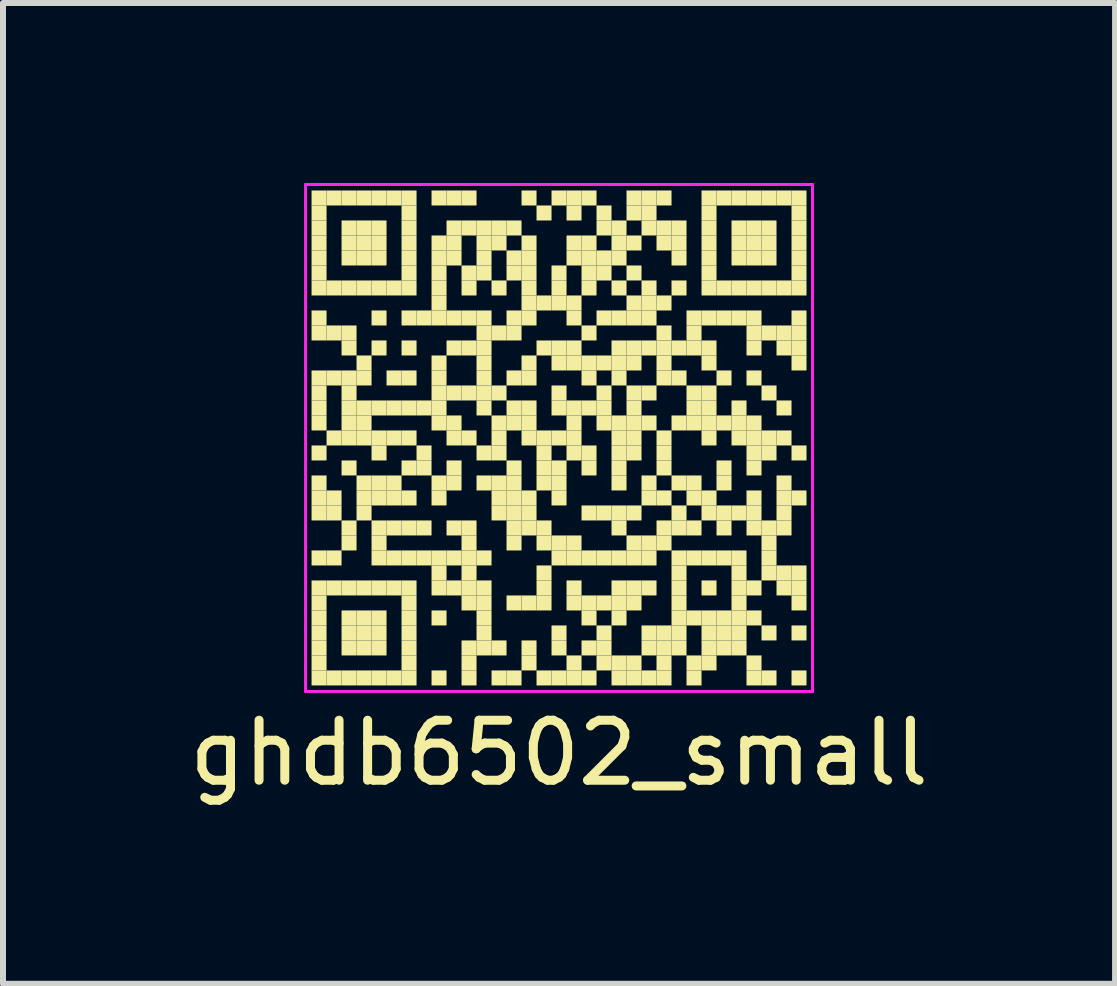
<source format=kicad_pcb>
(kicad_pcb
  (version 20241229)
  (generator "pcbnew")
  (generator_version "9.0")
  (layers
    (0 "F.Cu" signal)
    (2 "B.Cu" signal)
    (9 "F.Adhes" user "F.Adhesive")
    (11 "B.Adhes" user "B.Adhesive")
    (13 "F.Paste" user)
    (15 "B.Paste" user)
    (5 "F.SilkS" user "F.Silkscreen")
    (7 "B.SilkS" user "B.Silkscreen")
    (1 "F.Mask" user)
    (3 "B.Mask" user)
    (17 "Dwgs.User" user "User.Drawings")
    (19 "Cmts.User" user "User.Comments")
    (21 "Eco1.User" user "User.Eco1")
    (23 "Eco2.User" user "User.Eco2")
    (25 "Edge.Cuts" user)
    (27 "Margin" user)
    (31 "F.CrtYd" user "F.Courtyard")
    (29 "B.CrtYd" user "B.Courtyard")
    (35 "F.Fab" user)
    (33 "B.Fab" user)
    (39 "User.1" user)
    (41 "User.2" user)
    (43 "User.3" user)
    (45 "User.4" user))
  (footprint "ghdb6502_small"
    (layer "F.Cu")
    (at 6.268 4.25)
    (property "Reference" "ghdb6502_small" (at 0 5.25 0) (layer "F.SilkS") (effects (font (size 1 1) (thickness 0.15))))
    (attr through_hole)
    (fp_poly (pts (xy -3.875 -3.875) (xy -3.875 -4.125) (xy -4.125 -4.125) (xy -4.125 -3.875)) (stroke (width 0) (type solid)) (fill yes) (layer "F.SilkS"))
    (fp_poly (pts (xy -3.875 -3.625) (xy -3.875 -3.875) (xy -4.125 -3.875) (xy -4.125 -3.625)) (stroke (width 0) (type solid)) (fill yes) (layer "F.SilkS"))
    (fp_poly (pts (xy -3.875 -3.375) (xy -3.875 -3.625) (xy -4.125 -3.625) (xy -4.125 -3.375)) (stroke (width 0) (type solid)) (fill yes) (layer "F.SilkS"))
    (fp_poly (pts (xy -3.875 -3.125) (xy -3.875 -3.375) (xy -4.125 -3.375) (xy -4.125 -3.125)) (stroke (width 0) (type solid)) (fill yes) (layer "F.SilkS"))
    (fp_poly (pts (xy -3.875 -2.875) (xy -3.875 -3.125) (xy -4.125 -3.125) (xy -4.125 -2.875)) (stroke (width 0) (type solid)) (fill yes) (layer "F.SilkS"))
    (fp_poly (pts (xy -3.875 -2.625) (xy -3.875 -2.875) (xy -4.125 -2.875) (xy -4.125 -2.625)) (stroke (width 0) (type solid)) (fill yes) (layer "F.SilkS"))
    (fp_poly (pts (xy -3.875 -2.375) (xy -3.875 -2.625) (xy -4.125 -2.625) (xy -4.125 -2.375)) (stroke (width 0) (type solid)) (fill yes) (layer "F.SilkS"))
    (fp_poly (pts (xy -3.875 -1.875) (xy -3.875 -2.125) (xy -4.125 -2.125) (xy -4.125 -1.875)) (stroke (width 0) (type solid)) (fill yes) (layer "F.SilkS"))
    (fp_poly (pts (xy -3.875 -1.625) (xy -3.875 -1.875) (xy -4.125 -1.875) (xy -4.125 -1.625)) (stroke (width 0) (type solid)) (fill yes) (layer "F.SilkS"))
    (fp_poly (pts (xy -3.875 -0.875) (xy -3.875 -1.125) (xy -4.125 -1.125) (xy -4.125 -0.875)) (stroke (width 0) (type solid)) (fill yes) (layer "F.SilkS"))
    (fp_poly (pts (xy -3.875 -0.625) (xy -3.875 -0.875) (xy -4.125 -0.875) (xy -4.125 -0.625)) (stroke (width 0) (type solid)) (fill yes) (layer "F.SilkS"))
    (fp_poly (pts (xy -3.875 -0.375) (xy -3.875 -0.625) (xy -4.125 -0.625) (xy -4.125 -0.375)) (stroke (width 0) (type solid)) (fill yes) (layer "F.SilkS"))
    (fp_poly (pts (xy -3.875 -0.125) (xy -3.875 -0.375) (xy -4.125 -0.375) (xy -4.125 -0.125)) (stroke (width 0) (type solid)) (fill yes) (layer "F.SilkS"))
    (fp_poly (pts (xy -3.875 0.375) (xy -3.875 0.125) (xy -4.125 0.125) (xy -4.125 0.375)) (stroke (width 0) (type solid)) (fill yes) (layer "F.SilkS"))
    (fp_poly (pts (xy -3.875 0.875) (xy -3.875 0.625) (xy -4.125 0.625) (xy -4.125 0.875)) (stroke (width 0) (type solid)) (fill yes) (layer "F.SilkS"))
    (fp_poly (pts (xy -3.875 1.125) (xy -3.875 0.875) (xy -4.125 0.875) (xy -4.125 1.125)) (stroke (width 0) (type solid)) (fill yes) (layer "F.SilkS"))
    (fp_poly (pts (xy -3.875 1.375) (xy -3.875 1.125) (xy -4.125 1.125) (xy -4.125 1.375)) (stroke (width 0) (type solid)) (fill yes) (layer "F.SilkS"))
    (fp_poly (pts (xy -3.875 2.125) (xy -3.875 1.875) (xy -4.125 1.875) (xy -4.125 2.125)) (stroke (width 0) (type solid)) (fill yes) (layer "F.SilkS"))
    (fp_poly (pts (xy -3.875 2.625) (xy -3.875 2.375) (xy -4.125 2.375) (xy -4.125 2.625)) (stroke (width 0) (type solid)) (fill yes) (layer "F.SilkS"))
    (fp_poly (pts (xy -3.875 2.875) (xy -3.875 2.625) (xy -4.125 2.625) (xy -4.125 2.875)) (stroke (width 0) (type solid)) (fill yes) (layer "F.SilkS"))
    (fp_poly (pts (xy -3.875 3.125) (xy -3.875 2.875) (xy -4.125 2.875) (xy -4.125 3.125)) (stroke (width 0) (type solid)) (fill yes) (layer "F.SilkS"))
    (fp_poly (pts (xy -3.875 3.375) (xy -3.875 3.125) (xy -4.125 3.125) (xy -4.125 3.375)) (stroke (width 0) (type solid)) (fill yes) (layer "F.SilkS"))
    (fp_poly (pts (xy -3.875 3.625) (xy -3.875 3.375) (xy -4.125 3.375) (xy -4.125 3.625)) (stroke (width 0) (type solid)) (fill yes) (layer "F.SilkS"))
    (fp_poly (pts (xy -3.875 3.875) (xy -3.875 3.625) (xy -4.125 3.625) (xy -4.125 3.875)) (stroke (width 0) (type solid)) (fill yes) (layer "F.SilkS"))
    (fp_poly (pts (xy -3.875 4.125) (xy -3.875 3.875) (xy -4.125 3.875) (xy -4.125 4.125)) (stroke (width 0) (type solid)) (fill yes) (layer "F.SilkS"))
    (fp_poly (pts (xy -3.625 -3.875) (xy -3.625 -4.125) (xy -3.875 -4.125) (xy -3.875 -3.875)) (stroke (width 0) (type solid)) (fill yes) (layer "F.SilkS"))
    (fp_poly (pts (xy -3.625 -2.375) (xy -3.625 -2.625) (xy -3.875 -2.625) (xy -3.875 -2.375)) (stroke (width 0) (type solid)) (fill yes) (layer "F.SilkS"))
    (fp_poly (pts (xy -3.625 -1.625) (xy -3.625 -1.875) (xy -3.875 -1.875) (xy -3.875 -1.625)) (stroke (width 0) (type solid)) (fill yes) (layer "F.SilkS"))
    (fp_poly (pts (xy -3.625 -0.875) (xy -3.625 -1.125) (xy -3.875 -1.125) (xy -3.875 -0.875)) (stroke (width 0) (type solid)) (fill yes) (layer "F.SilkS"))
    (fp_poly (pts (xy -3.625 0.125) (xy -3.625 -0.125) (xy -3.875 -0.125) (xy -3.875 0.125)) (stroke (width 0) (type solid)) (fill yes) (layer "F.SilkS"))
    (fp_poly (pts (xy -3.625 1.125) (xy -3.625 0.875) (xy -3.875 0.875) (xy -3.875 1.125)) (stroke (width 0) (type solid)) (fill yes) (layer "F.SilkS"))
    (fp_poly (pts (xy -3.625 1.375) (xy -3.625 1.125) (xy -3.875 1.125) (xy -3.875 1.375)) (stroke (width 0) (type solid)) (fill yes) (layer "F.SilkS"))
    (fp_poly (pts (xy -3.625 2.125) (xy -3.625 1.875) (xy -3.875 1.875) (xy -3.875 2.125)) (stroke (width 0) (type solid)) (fill yes) (layer "F.SilkS"))
    (fp_poly (pts (xy -3.625 2.625) (xy -3.625 2.375) (xy -3.875 2.375) (xy -3.875 2.625)) (stroke (width 0) (type solid)) (fill yes) (layer "F.SilkS"))
    (fp_poly (pts (xy -3.625 4.125) (xy -3.625 3.875) (xy -3.875 3.875) (xy -3.875 4.125)) (stroke (width 0) (type solid)) (fill yes) (layer "F.SilkS"))
    (fp_poly (pts (xy -3.375 -3.875) (xy -3.375 -4.125) (xy -3.625 -4.125) (xy -3.625 -3.875)) (stroke (width 0) (type solid)) (fill yes) (layer "F.SilkS"))
    (fp_poly (pts (xy -3.375 -3.375) (xy -3.375 -3.625) (xy -3.625 -3.625) (xy -3.625 -3.375)) (stroke (width 0) (type solid)) (fill yes) (layer "F.SilkS"))
    (fp_poly (pts (xy -3.375 -3.125) (xy -3.375 -3.375) (xy -3.625 -3.375) (xy -3.625 -3.125)) (stroke (width 0) (type solid)) (fill yes) (layer "F.SilkS"))
    (fp_poly (pts (xy -3.375 -2.875) (xy -3.375 -3.125) (xy -3.625 -3.125) (xy -3.625 -2.875)) (stroke (width 0) (type solid)) (fill yes) (layer "F.SilkS"))
    (fp_poly (pts (xy -3.375 -2.375) (xy -3.375 -2.625) (xy -3.625 -2.625) (xy -3.625 -2.375)) (stroke (width 0) (type solid)) (fill yes) (layer "F.SilkS"))
    (fp_poly (pts (xy -3.375 -1.625) (xy -3.375 -1.875) (xy -3.625 -1.875) (xy -3.625 -1.625)) (stroke (width 0) (type solid)) (fill yes) (layer "F.SilkS"))
    (fp_poly (pts (xy -3.375 -1.375) (xy -3.375 -1.625) (xy -3.625 -1.625) (xy -3.625 -1.375)) (stroke (width 0) (type solid)) (fill yes) (layer "F.SilkS"))
    (fp_poly (pts (xy -3.375 -0.875) (xy -3.375 -1.125) (xy -3.625 -1.125) (xy -3.625 -0.875)) (stroke (width 0) (type solid)) (fill yes) (layer "F.SilkS"))
    (fp_poly (pts (xy -3.375 -0.625) (xy -3.375 -0.875) (xy -3.625 -0.875) (xy -3.625 -0.625)) (stroke (width 0) (type solid)) (fill yes) (layer "F.SilkS"))
    (fp_poly (pts (xy -3.375 -0.375) (xy -3.375 -0.625) (xy -3.625 -0.625) (xy -3.625 -0.375)) (stroke (width 0) (type solid)) (fill yes) (layer "F.SilkS"))
    (fp_poly (pts (xy -3.375 -0.125) (xy -3.375 -0.375) (xy -3.625 -0.375) (xy -3.625 -0.125)) (stroke (width 0) (type solid)) (fill yes) (layer "F.SilkS"))
    (fp_poly (pts (xy -3.375 0.125) (xy -3.375 -0.125) (xy -3.625 -0.125) (xy -3.625 0.125)) (stroke (width 0) (type solid)) (fill yes) (layer "F.SilkS"))
    (fp_poly (pts (xy -3.375 0.625) (xy -3.375 0.375) (xy -3.625 0.375) (xy -3.625 0.625)) (stroke (width 0) (type solid)) (fill yes) (layer "F.SilkS"))
    (fp_poly (pts (xy -3.375 1.625) (xy -3.375 1.375) (xy -3.625 1.375) (xy -3.625 1.625)) (stroke (width 0) (type solid)) (fill yes) (layer "F.SilkS"))
    (fp_poly (pts (xy -3.375 1.875) (xy -3.375 1.625) (xy -3.625 1.625) (xy -3.625 1.875)) (stroke (width 0) (type solid)) (fill yes) (layer "F.SilkS"))
    (fp_poly (pts (xy -3.375 2.625) (xy -3.375 2.375) (xy -3.625 2.375) (xy -3.625 2.625)) (stroke (width 0) (type solid)) (fill yes) (layer "F.SilkS"))
    (fp_poly (pts (xy -3.375 3.125) (xy -3.375 2.875) (xy -3.625 2.875) (xy -3.625 3.125)) (stroke (width 0) (type solid)) (fill yes) (layer "F.SilkS"))
    (fp_poly (pts (xy -3.375 3.375) (xy -3.375 3.125) (xy -3.625 3.125) (xy -3.625 3.375)) (stroke (width 0) (type solid)) (fill yes) (layer "F.SilkS"))
    (fp_poly (pts (xy -3.375 3.625) (xy -3.375 3.375) (xy -3.625 3.375) (xy -3.625 3.625)) (stroke (width 0) (type solid)) (fill yes) (layer "F.SilkS"))
    (fp_poly (pts (xy -3.375 4.125) (xy -3.375 3.875) (xy -3.625 3.875) (xy -3.625 4.125)) (stroke (width 0) (type solid)) (fill yes) (layer "F.SilkS"))
    (fp_poly (pts (xy -3.125 -3.875) (xy -3.125 -4.125) (xy -3.375 -4.125) (xy -3.375 -3.875)) (stroke (width 0) (type solid)) (fill yes) (layer "F.SilkS"))
    (fp_poly (pts (xy -3.125 -3.375) (xy -3.125 -3.625) (xy -3.375 -3.625) (xy -3.375 -3.375)) (stroke (width 0) (type solid)) (fill yes) (layer "F.SilkS"))
    (fp_poly (pts (xy -3.125 -3.125) (xy -3.125 -3.375) (xy -3.375 -3.375) (xy -3.375 -3.125)) (stroke (width 0) (type solid)) (fill yes) (layer "F.SilkS"))
    (fp_poly (pts (xy -3.125 -2.875) (xy -3.125 -3.125) (xy -3.375 -3.125) (xy -3.375 -2.875)) (stroke (width 0) (type solid)) (fill yes) (layer "F.SilkS"))
    (fp_poly (pts (xy -3.125 -2.375) (xy -3.125 -2.625) (xy -3.375 -2.625) (xy -3.375 -2.375)) (stroke (width 0) (type solid)) (fill yes) (layer "F.SilkS"))
    (fp_poly (pts (xy -3.125 -1.125) (xy -3.125 -1.375) (xy -3.375 -1.375) (xy -3.375 -1.125)) (stroke (width 0) (type solid)) (fill yes) (layer "F.SilkS"))
    (fp_poly (pts (xy -3.125 -0.875) (xy -3.125 -1.125) (xy -3.375 -1.125) (xy -3.375 -0.875)) (stroke (width 0) (type solid)) (fill yes) (layer "F.SilkS"))
    (fp_poly (pts (xy -3.125 -0.375) (xy -3.125 -0.625) (xy -3.375 -0.625) (xy -3.375 -0.375)) (stroke (width 0) (type solid)) (fill yes) (layer "F.SilkS"))
    (fp_poly (pts (xy -3.125 -0.125) (xy -3.125 -0.375) (xy -3.375 -0.375) (xy -3.375 -0.125)) (stroke (width 0) (type solid)) (fill yes) (layer "F.SilkS"))
    (fp_poly (pts (xy -3.125 0.125) (xy -3.125 -0.125) (xy -3.375 -0.125) (xy -3.375 0.125)) (stroke (width 0) (type solid)) (fill yes) (layer "F.SilkS"))
    (fp_poly (pts (xy -3.125 0.875) (xy -3.125 0.625) (xy -3.375 0.625) (xy -3.375 0.875)) (stroke (width 0) (type solid)) (fill yes) (layer "F.SilkS"))
    (fp_poly (pts (xy -3.125 1.125) (xy -3.125 0.875) (xy -3.375 0.875) (xy -3.375 1.125)) (stroke (width 0) (type solid)) (fill yes) (layer "F.SilkS"))
    (fp_poly (pts (xy -3.125 1.375) (xy -3.125 1.125) (xy -3.375 1.125) (xy -3.375 1.375)) (stroke (width 0) (type solid)) (fill yes) (layer "F.SilkS"))
    (fp_poly (pts (xy -3.125 2.625) (xy -3.125 2.375) (xy -3.375 2.375) (xy -3.375 2.625)) (stroke (width 0) (type solid)) (fill yes) (layer "F.SilkS"))
    (fp_poly (pts (xy -3.125 3.125) (xy -3.125 2.875) (xy -3.375 2.875) (xy -3.375 3.125)) (stroke (width 0) (type solid)) (fill yes) (layer "F.SilkS"))
    (fp_poly (pts (xy -3.125 3.375) (xy -3.125 3.125) (xy -3.375 3.125) (xy -3.375 3.375)) (stroke (width 0) (type solid)) (fill yes) (layer "F.SilkS"))
    (fp_poly (pts (xy -3.125 3.625) (xy -3.125 3.375) (xy -3.375 3.375) (xy -3.375 3.625)) (stroke (width 0) (type solid)) (fill yes) (layer "F.SilkS"))
    (fp_poly (pts (xy -3.125 4.125) (xy -3.125 3.875) (xy -3.375 3.875) (xy -3.375 4.125)) (stroke (width 0) (type solid)) (fill yes) (layer "F.SilkS"))
    (fp_poly (pts (xy -2.875 -3.875) (xy -2.875 -4.125) (xy -3.125 -4.125) (xy -3.125 -3.875)) (stroke (width 0) (type solid)) (fill yes) (layer "F.SilkS"))
    (fp_poly (pts (xy -2.875 -3.375) (xy -2.875 -3.625) (xy -3.125 -3.625) (xy -3.125 -3.375)) (stroke (width 0) (type solid)) (fill yes) (layer "F.SilkS"))
    (fp_poly (pts (xy -2.875 -3.125) (xy -2.875 -3.375) (xy -3.125 -3.375) (xy -3.125 -3.125)) (stroke (width 0) (type solid)) (fill yes) (layer "F.SilkS"))
    (fp_poly (pts (xy -2.875 -2.875) (xy -2.875 -3.125) (xy -3.125 -3.125) (xy -3.125 -2.875)) (stroke (width 0) (type solid)) (fill yes) (layer "F.SilkS"))
    (fp_poly (pts (xy -2.875 -2.375) (xy -2.875 -2.625) (xy -3.125 -2.625) (xy -3.125 -2.375)) (stroke (width 0) (type solid)) (fill yes) (layer "F.SilkS"))
    (fp_poly (pts (xy -2.875 -1.875) (xy -2.875 -2.125) (xy -3.125 -2.125) (xy -3.125 -1.875)) (stroke (width 0) (type solid)) (fill yes) (layer "F.SilkS"))
    (fp_poly (pts (xy -2.875 -1.375) (xy -2.875 -1.625) (xy -3.125 -1.625) (xy -3.125 -1.375)) (stroke (width 0) (type solid)) (fill yes) (layer "F.SilkS"))
    (fp_poly (pts (xy -2.875 -0.375) (xy -2.875 -0.625) (xy -3.125 -0.625) (xy -3.125 -0.375)) (stroke (width 0) (type solid)) (fill yes) (layer "F.SilkS"))
    (fp_poly (pts (xy -2.875 0.125) (xy -2.875 -0.125) (xy -3.125 -0.125) (xy -3.125 0.125)) (stroke (width 0) (type solid)) (fill yes) (layer "F.SilkS"))
    (fp_poly (pts (xy -2.875 0.375) (xy -2.875 0.125) (xy -3.125 0.125) (xy -3.125 0.375)) (stroke (width 0) (type solid)) (fill yes) (layer "F.SilkS"))
    (fp_poly (pts (xy -2.875 0.875) (xy -2.875 0.625) (xy -3.125 0.625) (xy -3.125 0.875)) (stroke (width 0) (type solid)) (fill yes) (layer "F.SilkS"))
    (fp_poly (pts (xy -2.875 1.125) (xy -2.875 0.875) (xy -3.125 0.875) (xy -3.125 1.125)) (stroke (width 0) (type solid)) (fill yes) (layer "F.SilkS"))
    (fp_poly (pts (xy -2.875 1.625) (xy -2.875 1.375) (xy -3.125 1.375) (xy -3.125 1.625)) (stroke (width 0) (type solid)) (fill yes) (layer "F.SilkS"))
    (fp_poly (pts (xy -2.875 1.875) (xy -2.875 1.625) (xy -3.125 1.625) (xy -3.125 1.875)) (stroke (width 0) (type solid)) (fill yes) (layer "F.SilkS"))
    (fp_poly (pts (xy -2.875 2.125) (xy -2.875 1.875) (xy -3.125 1.875) (xy -3.125 2.125)) (stroke (width 0) (type solid)) (fill yes) (layer "F.SilkS"))
    (fp_poly (pts (xy -2.875 2.625) (xy -2.875 2.375) (xy -3.125 2.375) (xy -3.125 2.625)) (stroke (width 0) (type solid)) (fill yes) (layer "F.SilkS"))
    (fp_poly (pts (xy -2.875 3.125) (xy -2.875 2.875) (xy -3.125 2.875) (xy -3.125 3.125)) (stroke (width 0) (type solid)) (fill yes) (layer "F.SilkS"))
    (fp_poly (pts (xy -2.875 3.375) (xy -2.875 3.125) (xy -3.125 3.125) (xy -3.125 3.375)) (stroke (width 0) (type solid)) (fill yes) (layer "F.SilkS"))
    (fp_poly (pts (xy -2.875 3.625) (xy -2.875 3.375) (xy -3.125 3.375) (xy -3.125 3.625)) (stroke (width 0) (type solid)) (fill yes) (layer "F.SilkS"))
    (fp_poly (pts (xy -2.875 4.125) (xy -2.875 3.875) (xy -3.125 3.875) (xy -3.125 4.125)) (stroke (width 0) (type solid)) (fill yes) (layer "F.SilkS"))
    (fp_poly (pts (xy -2.625 -3.875) (xy -2.625 -4.125) (xy -2.875 -4.125) (xy -2.875 -3.875)) (stroke (width 0) (type solid)) (fill yes) (layer "F.SilkS"))
    (fp_poly (pts (xy -2.625 -2.375) (xy -2.625 -2.625) (xy -2.875 -2.625) (xy -2.875 -2.375)) (stroke (width 0) (type solid)) (fill yes) (layer "F.SilkS"))
    (fp_poly (pts (xy -2.625 -0.875) (xy -2.625 -1.125) (xy -2.875 -1.125) (xy -2.875 -0.875)) (stroke (width 0) (type solid)) (fill yes) (layer "F.SilkS"))
    (fp_poly (pts (xy -2.625 -0.375) (xy -2.625 -0.625) (xy -2.875 -0.625) (xy -2.875 -0.375)) (stroke (width 0) (type solid)) (fill yes) (layer "F.SilkS"))
    (fp_poly (pts (xy -2.625 0.125) (xy -2.625 -0.125) (xy -2.875 -0.125) (xy -2.875 0.125)) (stroke (width 0) (type solid)) (fill yes) (layer "F.SilkS"))
    (fp_poly (pts (xy -2.625 0.875) (xy -2.625 0.625) (xy -2.875 0.625) (xy -2.875 0.875)) (stroke (width 0) (type solid)) (fill yes) (layer "F.SilkS"))
    (fp_poly (pts (xy -2.625 1.125) (xy -2.625 0.875) (xy -2.875 0.875) (xy -2.875 1.125)) (stroke (width 0) (type solid)) (fill yes) (layer "F.SilkS"))
    (fp_poly (pts (xy -2.625 1.625) (xy -2.625 1.375) (xy -2.875 1.375) (xy -2.875 1.625)) (stroke (width 0) (type solid)) (fill yes) (layer "F.SilkS"))
    (fp_poly (pts (xy -2.625 2.125) (xy -2.625 1.875) (xy -2.875 1.875) (xy -2.875 2.125)) (stroke (width 0) (type solid)) (fill yes) (layer "F.SilkS"))
    (fp_poly (pts (xy -2.625 2.625) (xy -2.625 2.375) (xy -2.875 2.375) (xy -2.875 2.625)) (stroke (width 0) (type solid)) (fill yes) (layer "F.SilkS"))
    (fp_poly (pts (xy -2.625 4.125) (xy -2.625 3.875) (xy -2.875 3.875) (xy -2.875 4.125)) (stroke (width 0) (type solid)) (fill yes) (layer "F.SilkS"))
    (fp_poly (pts (xy -2.375 -3.875) (xy -2.375 -4.125) (xy -2.625 -4.125) (xy -2.625 -3.875)) (stroke (width 0) (type solid)) (fill yes) (layer "F.SilkS"))
    (fp_poly (pts (xy -2.375 -3.625) (xy -2.375 -3.875) (xy -2.625 -3.875) (xy -2.625 -3.625)) (stroke (width 0) (type solid)) (fill yes) (layer "F.SilkS"))
    (fp_poly (pts (xy -2.375 -3.375) (xy -2.375 -3.625) (xy -2.625 -3.625) (xy -2.625 -3.375)) (stroke (width 0) (type solid)) (fill yes) (layer "F.SilkS"))
    (fp_poly (pts (xy -2.375 -3.125) (xy -2.375 -3.375) (xy -2.625 -3.375) (xy -2.625 -3.125)) (stroke (width 0) (type solid)) (fill yes) (layer "F.SilkS"))
    (fp_poly (pts (xy -2.375 -2.875) (xy -2.375 -3.125) (xy -2.625 -3.125) (xy -2.625 -2.875)) (stroke (width 0) (type solid)) (fill yes) (layer "F.SilkS"))
    (fp_poly (pts (xy -2.375 -2.625) (xy -2.375 -2.875) (xy -2.625 -2.875) (xy -2.625 -2.625)) (stroke (width 0) (type solid)) (fill yes) (layer "F.SilkS"))
    (fp_poly (pts (xy -2.375 -2.375) (xy -2.375 -2.625) (xy -2.625 -2.625) (xy -2.625 -2.375)) (stroke (width 0) (type solid)) (fill yes) (layer "F.SilkS"))
    (fp_poly (pts (xy -2.375 -1.875) (xy -2.375 -2.125) (xy -2.625 -2.125) (xy -2.625 -1.875)) (stroke (width 0) (type solid)) (fill yes) (layer "F.SilkS"))
    (fp_poly (pts (xy -2.375 -1.375) (xy -2.375 -1.625) (xy -2.625 -1.625) (xy -2.625 -1.375)) (stroke (width 0) (type solid)) (fill yes) (layer "F.SilkS"))
    (fp_poly (pts (xy -2.375 -0.875) (xy -2.375 -1.125) (xy -2.625 -1.125) (xy -2.625 -0.875)) (stroke (width 0) (type solid)) (fill yes) (layer "F.SilkS"))
    (fp_poly (pts (xy -2.375 -0.375) (xy -2.375 -0.625) (xy -2.625 -0.625) (xy -2.625 -0.375)) (stroke (width 0) (type solid)) (fill yes) (layer "F.SilkS"))
    (fp_poly (pts (xy -2.375 0.125) (xy -2.375 -0.125) (xy -2.625 -0.125) (xy -2.625 0.125)) (stroke (width 0) (type solid)) (fill yes) (layer "F.SilkS"))
    (fp_poly (pts (xy -2.375 0.625) (xy -2.375 0.375) (xy -2.625 0.375) (xy -2.625 0.625)) (stroke (width 0) (type solid)) (fill yes) (layer "F.SilkS"))
    (fp_poly (pts (xy -2.375 1.125) (xy -2.375 0.875) (xy -2.625 0.875) (xy -2.625 1.125)) (stroke (width 0) (type solid)) (fill yes) (layer "F.SilkS"))
    (fp_poly (pts (xy -2.375 1.625) (xy -2.375 1.375) (xy -2.625 1.375) (xy -2.625 1.625)) (stroke (width 0) (type solid)) (fill yes) (layer "F.SilkS"))
    (fp_poly (pts (xy -2.375 2.125) (xy -2.375 1.875) (xy -2.625 1.875) (xy -2.625 2.125)) (stroke (width 0) (type solid)) (fill yes) (layer "F.SilkS"))
    (fp_poly (pts (xy -2.375 2.625) (xy -2.375 2.375) (xy -2.625 2.375) (xy -2.625 2.625)) (stroke (width 0) (type solid)) (fill yes) (layer "F.SilkS"))
    (fp_poly (pts (xy -2.375 2.875) (xy -2.375 2.625) (xy -2.625 2.625) (xy -2.625 2.875)) (stroke (width 0) (type solid)) (fill yes) (layer "F.SilkS"))
    (fp_poly (pts (xy -2.375 3.125) (xy -2.375 2.875) (xy -2.625 2.875) (xy -2.625 3.125)) (stroke (width 0) (type solid)) (fill yes) (layer "F.SilkS"))
    (fp_poly (pts (xy -2.375 3.375) (xy -2.375 3.125) (xy -2.625 3.125) (xy -2.625 3.375)) (stroke (width 0) (type solid)) (fill yes) (layer "F.SilkS"))
    (fp_poly (pts (xy -2.375 3.625) (xy -2.375 3.375) (xy -2.625 3.375) (xy -2.625 3.625)) (stroke (width 0) (type solid)) (fill yes) (layer "F.SilkS"))
    (fp_poly (pts (xy -2.375 3.875) (xy -2.375 3.625) (xy -2.625 3.625) (xy -2.625 3.875)) (stroke (width 0) (type solid)) (fill yes) (layer "F.SilkS"))
    (fp_poly (pts (xy -2.375 4.125) (xy -2.375 3.875) (xy -2.625 3.875) (xy -2.625 4.125)) (stroke (width 0) (type solid)) (fill yes) (layer "F.SilkS"))
    (fp_poly (pts (xy -2.125 -1.875) (xy -2.125 -2.125) (xy -2.375 -2.125) (xy -2.375 -1.875)) (stroke (width 0) (type solid)) (fill yes) (layer "F.SilkS"))
    (fp_poly (pts (xy -2.125 -0.375) (xy -2.125 -0.625) (xy -2.375 -0.625) (xy -2.375 -0.375)) (stroke (width 0) (type solid)) (fill yes) (layer "F.SilkS"))
    (fp_poly (pts (xy -2.125 0.375) (xy -2.125 0.125) (xy -2.375 0.125) (xy -2.375 0.375)) (stroke (width 0) (type solid)) (fill yes) (layer "F.SilkS"))
    (fp_poly (pts (xy -2.125 0.625) (xy -2.125 0.375) (xy -2.375 0.375) (xy -2.375 0.625)) (stroke (width 0) (type solid)) (fill yes) (layer "F.SilkS"))
    (fp_poly (pts (xy -2.125 1.625) (xy -2.125 1.375) (xy -2.375 1.375) (xy -2.375 1.625)) (stroke (width 0) (type solid)) (fill yes) (layer "F.SilkS"))
    (fp_poly (pts (xy -2.125 2.125) (xy -2.125 1.875) (xy -2.375 1.875) (xy -2.375 2.125)) (stroke (width 0) (type solid)) (fill yes) (layer "F.SilkS"))
    (fp_poly (pts (xy -1.875 -3.875) (xy -1.875 -4.125) (xy -2.125 -4.125) (xy -2.125 -3.875)) (stroke (width 0) (type solid)) (fill yes) (layer "F.SilkS"))
    (fp_poly (pts (xy -1.875 -3.125) (xy -1.875 -3.375) (xy -2.125 -3.375) (xy -2.125 -3.125)) (stroke (width 0) (type solid)) (fill yes) (layer "F.SilkS"))
    (fp_poly (pts (xy -1.875 -2.875) (xy -1.875 -3.125) (xy -2.125 -3.125) (xy -2.125 -2.875)) (stroke (width 0) (type solid)) (fill yes) (layer "F.SilkS"))
    (fp_poly (pts (xy -1.875 -2.625) (xy -1.875 -2.875) (xy -2.125 -2.875) (xy -2.125 -2.625)) (stroke (width 0) (type solid)) (fill yes) (layer "F.SilkS"))
    (fp_poly (pts (xy -1.875 -2.375) (xy -1.875 -2.625) (xy -2.125 -2.625) (xy -2.125 -2.375)) (stroke (width 0) (type solid)) (fill yes) (layer "F.SilkS"))
    (fp_poly (pts (xy -1.875 -2.125) (xy -1.875 -2.375) (xy -2.125 -2.375) (xy -2.125 -2.125)) (stroke (width 0) (type solid)) (fill yes) (layer "F.SilkS"))
    (fp_poly (pts (xy -1.875 -1.875) (xy -1.875 -2.125) (xy -2.125 -2.125) (xy -2.125 -1.875)) (stroke (width 0) (type solid)) (fill yes) (layer "F.SilkS"))
    (fp_poly (pts (xy -1.875 -1.125) (xy -1.875 -1.375) (xy -2.125 -1.375) (xy -2.125 -1.125)) (stroke (width 0) (type solid)) (fill yes) (layer "F.SilkS"))
    (fp_poly (pts (xy -1.875 -0.875) (xy -1.875 -1.125) (xy -2.125 -1.125) (xy -2.125 -0.875)) (stroke (width 0) (type solid)) (fill yes) (layer "F.SilkS"))
    (fp_poly (pts (xy -1.875 -0.625) (xy -1.875 -0.875) (xy -2.125 -0.875) (xy -2.125 -0.625)) (stroke (width 0) (type solid)) (fill yes) (layer "F.SilkS"))
    (fp_poly (pts (xy -1.875 -0.375) (xy -1.875 -0.625) (xy -2.125 -0.625) (xy -2.125 -0.375)) (stroke (width 0) (type solid)) (fill yes) (layer "F.SilkS"))
    (fp_poly (pts (xy -1.875 -0.125) (xy -1.875 -0.375) (xy -2.125 -0.375) (xy -2.125 -0.125)) (stroke (width 0) (type solid)) (fill yes) (layer "F.SilkS"))
    (fp_poly (pts (xy -1.875 0.875) (xy -1.875 0.625) (xy -2.125 0.625) (xy -2.125 0.875)) (stroke (width 0) (type solid)) (fill yes) (layer "F.SilkS"))
    (fp_poly (pts (xy -1.875 1.125) (xy -1.875 0.875) (xy -2.125 0.875) (xy -2.125 1.125)) (stroke (width 0) (type solid)) (fill yes) (layer "F.SilkS"))
    (fp_poly (pts (xy -1.875 2.125) (xy -1.875 1.875) (xy -2.125 1.875) (xy -2.125 2.125)) (stroke (width 0) (type solid)) (fill yes) (layer "F.SilkS"))
    (fp_poly (pts (xy -1.875 2.375) (xy -1.875 2.125) (xy -2.125 2.125) (xy -2.125 2.375)) (stroke (width 0) (type solid)) (fill yes) (layer "F.SilkS"))
    (fp_poly (pts (xy -1.875 2.625) (xy -1.875 2.375) (xy -2.125 2.375) (xy -2.125 2.625)) (stroke (width 0) (type solid)) (fill yes) (layer "F.SilkS"))
    (fp_poly (pts (xy -1.875 3.125) (xy -1.875 2.875) (xy -2.125 2.875) (xy -2.125 3.125)) (stroke (width 0) (type solid)) (fill yes) (layer "F.SilkS"))
    (fp_poly (pts (xy -1.875 4.125) (xy -1.875 3.875) (xy -2.125 3.875) (xy -2.125 4.125)) (stroke (width 0) (type solid)) (fill yes) (layer "F.SilkS"))
    (fp_poly (pts (xy -1.625 -3.875) (xy -1.625 -4.125) (xy -1.875 -4.125) (xy -1.875 -3.875)) (stroke (width 0) (type solid)) (fill yes) (layer "F.SilkS"))
    (fp_poly (pts (xy -1.625 -3.375) (xy -1.625 -3.625) (xy -1.875 -3.625) (xy -1.875 -3.375)) (stroke (width 0) (type solid)) (fill yes) (layer "F.SilkS"))
    (fp_poly (pts (xy -1.625 -3.125) (xy -1.625 -3.375) (xy -1.875 -3.375) (xy -1.875 -3.125)) (stroke (width 0) (type solid)) (fill yes) (layer "F.SilkS"))
    (fp_poly (pts (xy -1.625 -2.875) (xy -1.625 -3.125) (xy -1.875 -3.125) (xy -1.875 -2.875)) (stroke (width 0) (type solid)) (fill yes) (layer "F.SilkS"))
    (fp_poly (pts (xy -1.625 -1.875) (xy -1.625 -2.125) (xy -1.875 -2.125) (xy -1.875 -1.875)) (stroke (width 0) (type solid)) (fill yes) (layer "F.SilkS"))
    (fp_poly (pts (xy -1.625 -1.375) (xy -1.625 -1.625) (xy -1.875 -1.625) (xy -1.875 -1.375)) (stroke (width 0) (type solid)) (fill yes) (layer "F.SilkS"))
    (fp_poly (pts (xy -1.625 -0.625) (xy -1.625 -0.875) (xy -1.875 -0.875) (xy -1.875 -0.625)) (stroke (width 0) (type solid)) (fill yes) (layer "F.SilkS"))
    (fp_poly (pts (xy -1.625 -0.125) (xy -1.625 -0.375) (xy -1.875 -0.375) (xy -1.875 -0.125)) (stroke (width 0) (type solid)) (fill yes) (layer "F.SilkS"))
    (fp_poly (pts (xy -1.625 0.125) (xy -1.625 -0.125) (xy -1.875 -0.125) (xy -1.875 0.125)) (stroke (width 0) (type solid)) (fill yes) (layer "F.SilkS"))
    (fp_poly (pts (xy -1.625 0.625) (xy -1.625 0.375) (xy -1.875 0.375) (xy -1.875 0.625)) (stroke (width 0) (type solid)) (fill yes) (layer "F.SilkS"))
    (fp_poly (pts (xy -1.625 0.875) (xy -1.625 0.625) (xy -1.875 0.625) (xy -1.875 0.875)) (stroke (width 0) (type solid)) (fill yes) (layer "F.SilkS"))
    (fp_poly (pts (xy -1.625 1.625) (xy -1.625 1.375) (xy -1.875 1.375) (xy -1.875 1.625)) (stroke (width 0) (type solid)) (fill yes) (layer "F.SilkS"))
    (fp_poly (pts (xy -1.625 2.125) (xy -1.625 1.875) (xy -1.875 1.875) (xy -1.875 2.125)) (stroke (width 0) (type solid)) (fill yes) (layer "F.SilkS"))
    (fp_poly (pts (xy -1.625 2.625) (xy -1.625 2.375) (xy -1.875 2.375) (xy -1.875 2.625)) (stroke (width 0) (type solid)) (fill yes) (layer "F.SilkS"))
    (fp_poly (pts (xy -1.375 -3.875) (xy -1.375 -4.125) (xy -1.625 -4.125) (xy -1.625 -3.875)) (stroke (width 0) (type solid)) (fill yes) (layer "F.SilkS"))
    (fp_poly (pts (xy -1.375 -3.375) (xy -1.375 -3.625) (xy -1.625 -3.625) (xy -1.625 -3.375)) (stroke (width 0) (type solid)) (fill yes) (layer "F.SilkS"))
    (fp_poly (pts (xy -1.375 -2.625) (xy -1.375 -2.875) (xy -1.625 -2.875) (xy -1.625 -2.625)) (stroke (width 0) (type solid)) (fill yes) (layer "F.SilkS"))
    (fp_poly (pts (xy -1.375 -2.375) (xy -1.375 -2.625) (xy -1.625 -2.625) (xy -1.625 -2.375)) (stroke (width 0) (type solid)) (fill yes) (layer "F.SilkS"))
    (fp_poly (pts (xy -1.375 -1.875) (xy -1.375 -2.125) (xy -1.625 -2.125) (xy -1.625 -1.875)) (stroke (width 0) (type solid)) (fill yes) (layer "F.SilkS"))
    (fp_poly (pts (xy -1.375 -1.375) (xy -1.375 -1.625) (xy -1.625 -1.625) (xy -1.625 -1.375)) (stroke (width 0) (type solid)) (fill yes) (layer "F.SilkS"))
    (fp_poly (pts (xy -1.375 -0.625) (xy -1.375 -0.875) (xy -1.625 -0.875) (xy -1.625 -0.625)) (stroke (width 0) (type solid)) (fill yes) (layer "F.SilkS"))
    (fp_poly (pts (xy -1.375 0.125) (xy -1.375 -0.125) (xy -1.625 -0.125) (xy -1.625 0.125)) (stroke (width 0) (type solid)) (fill yes) (layer "F.SilkS"))
    (fp_poly (pts (xy -1.375 1.625) (xy -1.375 1.375) (xy -1.625 1.375) (xy -1.625 1.625)) (stroke (width 0) (type solid)) (fill yes) (layer "F.SilkS"))
    (fp_poly (pts (xy -1.375 1.875) (xy -1.375 1.625) (xy -1.625 1.625) (xy -1.625 1.875)) (stroke (width 0) (type solid)) (fill yes) (layer "F.SilkS"))
    (fp_poly (pts (xy -1.375 2.125) (xy -1.375 1.875) (xy -1.625 1.875) (xy -1.625 2.125)) (stroke (width 0) (type solid)) (fill yes) (layer "F.SilkS"))
    (fp_poly (pts (xy -1.375 2.375) (xy -1.375 2.125) (xy -1.625 2.125) (xy -1.625 2.375)) (stroke (width 0) (type solid)) (fill yes) (layer "F.SilkS"))
    (fp_poly (pts (xy -1.375 2.625) (xy -1.375 2.375) (xy -1.625 2.375) (xy -1.625 2.625)) (stroke (width 0) (type solid)) (fill yes) (layer "F.SilkS"))
    (fp_poly (pts (xy -1.375 2.875) (xy -1.375 2.625) (xy -1.625 2.625) (xy -1.625 2.875)) (stroke (width 0) (type solid)) (fill yes) (layer "F.SilkS"))
    (fp_poly (pts (xy -1.375 3.625) (xy -1.375 3.375) (xy -1.625 3.375) (xy -1.625 3.625)) (stroke (width 0) (type solid)) (fill yes) (layer "F.SilkS"))
    (fp_poly (pts (xy -1.375 3.875) (xy -1.375 3.625) (xy -1.625 3.625) (xy -1.625 3.875)) (stroke (width 0) (type solid)) (fill yes) (layer "F.SilkS"))
    (fp_poly (pts (xy -1.375 4.125) (xy -1.375 3.875) (xy -1.625 3.875) (xy -1.625 4.125)) (stroke (width 0) (type solid)) (fill yes) (layer "F.SilkS"))
    (fp_poly (pts (xy -1.125 -3.375) (xy -1.125 -3.625) (xy -1.375 -3.625) (xy -1.375 -3.375)) (stroke (width 0) (type solid)) (fill yes) (layer "F.SilkS"))
    (fp_poly (pts (xy -1.125 -3.125) (xy -1.125 -3.375) (xy -1.375 -3.375) (xy -1.375 -3.125)) (stroke (width 0) (type solid)) (fill yes) (layer "F.SilkS"))
    (fp_poly (pts (xy -1.125 -2.875) (xy -1.125 -3.125) (xy -1.375 -3.125) (xy -1.375 -2.875)) (stroke (width 0) (type solid)) (fill yes) (layer "F.SilkS"))
    (fp_poly (pts (xy -1.125 -2.625) (xy -1.125 -2.875) (xy -1.375 -2.875) (xy -1.375 -2.625)) (stroke (width 0) (type solid)) (fill yes) (layer "F.SilkS"))
    (fp_poly (pts (xy -1.125 -1.875) (xy -1.125 -2.125) (xy -1.375 -2.125) (xy -1.375 -1.875)) (stroke (width 0) (type solid)) (fill yes) (layer "F.SilkS"))
    (fp_poly (pts (xy -1.125 -1.625) (xy -1.125 -1.875) (xy -1.375 -1.875) (xy -1.375 -1.625)) (stroke (width 0) (type solid)) (fill yes) (layer "F.SilkS"))
    (fp_poly (pts (xy -1.125 -1.375) (xy -1.125 -1.625) (xy -1.375 -1.625) (xy -1.375 -1.375)) (stroke (width 0) (type solid)) (fill yes) (layer "F.SilkS"))
    (fp_poly (pts (xy -1.125 -1.125) (xy -1.125 -1.375) (xy -1.375 -1.375) (xy -1.375 -1.125)) (stroke (width 0) (type solid)) (fill yes) (layer "F.SilkS"))
    (fp_poly (pts (xy -1.125 -0.875) (xy -1.125 -1.125) (xy -1.375 -1.125) (xy -1.375 -0.875)) (stroke (width 0) (type solid)) (fill yes) (layer "F.SilkS"))
    (fp_poly (pts (xy -1.125 -0.625) (xy -1.125 -0.875) (xy -1.375 -0.875) (xy -1.375 -0.625)) (stroke (width 0) (type solid)) (fill yes) (layer "F.SilkS"))
    (fp_poly (pts (xy -1.125 -0.375) (xy -1.125 -0.625) (xy -1.375 -0.625) (xy -1.375 -0.375)) (stroke (width 0) (type solid)) (fill yes) (layer "F.SilkS"))
    (fp_poly (pts (xy -1.125 0.375) (xy -1.125 0.125) (xy -1.375 0.125) (xy -1.375 0.375)) (stroke (width 0) (type solid)) (fill yes) (layer "F.SilkS"))
    (fp_poly (pts (xy -1.125 0.875) (xy -1.125 0.625) (xy -1.375 0.625) (xy -1.375 0.875)) (stroke (width 0) (type solid)) (fill yes) (layer "F.SilkS"))
    (fp_poly (pts (xy -1.125 2.125) (xy -1.125 1.875) (xy -1.375 1.875) (xy -1.375 2.125)) (stroke (width 0) (type solid)) (fill yes) (layer "F.SilkS"))
    (fp_poly (pts (xy -1.125 2.625) (xy -1.125 2.375) (xy -1.375 2.375) (xy -1.375 2.625)) (stroke (width 0) (type solid)) (fill yes) (layer "F.SilkS"))
    (fp_poly (pts (xy -1.125 2.875) (xy -1.125 2.625) (xy -1.375 2.625) (xy -1.375 2.875)) (stroke (width 0) (type solid)) (fill yes) (layer "F.SilkS"))
    (fp_poly (pts (xy -1.125 3.125) (xy -1.125 2.875) (xy -1.375 2.875) (xy -1.375 3.125)) (stroke (width 0) (type solid)) (fill yes) (layer "F.SilkS"))
    (fp_poly (pts (xy -1.125 3.375) (xy -1.125 3.125) (xy -1.375 3.125) (xy -1.375 3.375)) (stroke (width 0) (type solid)) (fill yes) (layer "F.SilkS"))
    (fp_poly (pts (xy -1.125 3.625) (xy -1.125 3.375) (xy -1.375 3.375) (xy -1.375 3.625)) (stroke (width 0) (type solid)) (fill yes) (layer "F.SilkS"))
    (fp_poly (pts (xy -0.875 -3.375) (xy -0.875 -3.625) (xy -1.125 -3.625) (xy -1.125 -3.375)) (stroke (width 0) (type solid)) (fill yes) (layer "F.SilkS"))
    (fp_poly (pts (xy -0.875 -3.125) (xy -0.875 -3.375) (xy -1.125 -3.375) (xy -1.125 -3.125)) (stroke (width 0) (type solid)) (fill yes) (layer "F.SilkS"))
    (fp_poly (pts (xy -0.875 -2.375) (xy -0.875 -2.625) (xy -1.125 -2.625) (xy -1.125 -2.375)) (stroke (width 0) (type solid)) (fill yes) (layer "F.SilkS"))
    (fp_poly (pts (xy -0.875 -1.625) (xy -0.875 -1.875) (xy -1.125 -1.875) (xy -1.125 -1.625)) (stroke (width 0) (type solid)) (fill yes) (layer "F.SilkS"))
    (fp_poly (pts (xy -0.875 -0.625) (xy -0.875 -0.875) (xy -1.125 -0.875) (xy -1.125 -0.625)) (stroke (width 0) (type solid)) (fill yes) (layer "F.SilkS"))
    (fp_poly (pts (xy -0.875 -0.125) (xy -0.875 -0.375) (xy -1.125 -0.375) (xy -1.125 -0.125)) (stroke (width 0) (type solid)) (fill yes) (layer "F.SilkS"))
    (fp_poly (pts (xy -0.875 0.125) (xy -0.875 -0.125) (xy -1.125 -0.125) (xy -1.125 0.125)) (stroke (width 0) (type solid)) (fill yes) (layer "F.SilkS"))
    (fp_poly (pts (xy -0.875 0.375) (xy -0.875 0.125) (xy -1.125 0.125) (xy -1.125 0.375)) (stroke (width 0) (type solid)) (fill yes) (layer "F.SilkS"))
    (fp_poly (pts (xy -0.875 0.875) (xy -0.875 0.625) (xy -1.125 0.625) (xy -1.125 0.875)) (stroke (width 0) (type solid)) (fill yes) (layer "F.SilkS"))
    (fp_poly (pts (xy -0.875 1.125) (xy -0.875 0.875) (xy -1.125 0.875) (xy -1.125 1.125)) (stroke (width 0) (type solid)) (fill yes) (layer "F.SilkS"))
    (fp_poly (pts (xy -0.875 1.375) (xy -0.875 1.125) (xy -1.125 1.125) (xy -1.125 1.375)) (stroke (width 0) (type solid)) (fill yes) (layer "F.SilkS"))
    (fp_poly (pts (xy -0.875 3.625) (xy -0.875 3.375) (xy -1.125 3.375) (xy -1.125 3.625)) (stroke (width 0) (type solid)) (fill yes) (layer "F.SilkS"))
    (fp_poly (pts (xy -0.875 4.125) (xy -0.875 3.875) (xy -1.125 3.875) (xy -1.125 4.125)) (stroke (width 0) (type solid)) (fill yes) (layer "F.SilkS"))
    (fp_poly (pts (xy -0.625 -3.375) (xy -0.625 -3.625) (xy -0.875 -3.625) (xy -0.875 -3.375)) (stroke (width 0) (type solid)) (fill yes) (layer "F.SilkS"))
    (fp_poly (pts (xy -0.625 -2.875) (xy -0.625 -3.125) (xy -0.875 -3.125) (xy -0.875 -2.875)) (stroke (width 0) (type solid)) (fill yes) (layer "F.SilkS"))
    (fp_poly (pts (xy -0.625 -2.625) (xy -0.625 -2.875) (xy -0.875 -2.875) (xy -0.875 -2.625)) (stroke (width 0) (type solid)) (fill yes) (layer "F.SilkS"))
    (fp_poly (pts (xy -0.625 -1.875) (xy -0.625 -2.125) (xy -0.875 -2.125) (xy -0.875 -1.875)) (stroke (width 0) (type solid)) (fill yes) (layer "F.SilkS"))
    (fp_poly (pts (xy -0.625 -1.625) (xy -0.625 -1.875) (xy -0.875 -1.875) (xy -0.875 -1.625)) (stroke (width 0) (type solid)) (fill yes) (layer "F.SilkS"))
    (fp_poly (pts (xy -0.625 -0.875) (xy -0.625 -1.125) (xy -0.875 -1.125) (xy -0.875 -0.875)) (stroke (width 0) (type solid)) (fill yes) (layer "F.SilkS"))
    (fp_poly (pts (xy -0.625 -0.375) (xy -0.625 -0.625) (xy -0.875 -0.625) (xy -0.875 -0.375)) (stroke (width 0) (type solid)) (fill yes) (layer "F.SilkS"))
    (fp_poly (pts (xy -0.625 -0.125) (xy -0.625 -0.375) (xy -0.875 -0.375) (xy -0.875 -0.125)) (stroke (width 0) (type solid)) (fill yes) (layer "F.SilkS"))
    (fp_poly (pts (xy -0.625 0.625) (xy -0.625 0.375) (xy -0.875 0.375) (xy -0.875 0.625)) (stroke (width 0) (type solid)) (fill yes) (layer "F.SilkS"))
    (fp_poly (pts (xy -0.625 0.875) (xy -0.625 0.625) (xy -0.875 0.625) (xy -0.875 0.875)) (stroke (width 0) (type solid)) (fill yes) (layer "F.SilkS"))
    (fp_poly (pts (xy -0.625 1.125) (xy -0.625 0.875) (xy -0.875 0.875) (xy -0.875 1.125)) (stroke (width 0) (type solid)) (fill yes) (layer "F.SilkS"))
    (fp_poly (pts (xy -0.625 1.375) (xy -0.625 1.125) (xy -0.875 1.125) (xy -0.875 1.375)) (stroke (width 0) (type solid)) (fill yes) (layer "F.SilkS"))
    (fp_poly (pts (xy -0.625 1.625) (xy -0.625 1.375) (xy -0.875 1.375) (xy -0.875 1.625)) (stroke (width 0) (type solid)) (fill yes) (layer "F.SilkS"))
    (fp_poly (pts (xy -0.625 1.875) (xy -0.625 1.625) (xy -0.875 1.625) (xy -0.875 1.875)) (stroke (width 0) (type solid)) (fill yes) (layer "F.SilkS"))
    (fp_poly (pts (xy -0.625 2.875) (xy -0.625 2.625) (xy -0.875 2.625) (xy -0.875 2.875)) (stroke (width 0) (type solid)) (fill yes) (layer "F.SilkS"))
    (fp_poly (pts (xy -0.625 4.125) (xy -0.625 3.875) (xy -0.875 3.875) (xy -0.875 4.125)) (stroke (width 0) (type solid)) (fill yes) (layer "F.SilkS"))
    (fp_poly (pts (xy -0.375 -3.875) (xy -0.375 -4.125) (xy -0.625 -4.125) (xy -0.625 -3.875)) (stroke (width 0) (type solid)) (fill yes) (layer "F.SilkS"))
    (fp_poly (pts (xy -0.375 -3.125) (xy -0.375 -3.375) (xy -0.625 -3.375) (xy -0.625 -3.125)) (stroke (width 0) (type solid)) (fill yes) (layer "F.SilkS"))
    (fp_poly (pts (xy -0.375 -2.875) (xy -0.375 -3.125) (xy -0.625 -3.125) (xy -0.625 -2.875)) (stroke (width 0) (type solid)) (fill yes) (layer "F.SilkS"))
    (fp_poly (pts (xy -0.375 -2.625) (xy -0.375 -2.875) (xy -0.625 -2.875) (xy -0.625 -2.625)) (stroke (width 0) (type solid)) (fill yes) (layer "F.SilkS"))
    (fp_poly (pts (xy -0.375 -2.375) (xy -0.375 -2.625) (xy -0.625 -2.625) (xy -0.625 -2.375)) (stroke (width 0) (type solid)) (fill yes) (layer "F.SilkS"))
    (fp_poly (pts (xy -0.375 -2.125) (xy -0.375 -2.375) (xy -0.625 -2.375) (xy -0.625 -2.125)) (stroke (width 0) (type solid)) (fill yes) (layer "F.SilkS"))
    (fp_poly (pts (xy -0.375 -1.875) (xy -0.375 -2.125) (xy -0.625 -2.125) (xy -0.625 -1.875)) (stroke (width 0) (type solid)) (fill yes) (layer "F.SilkS"))
    (fp_poly (pts (xy -0.375 -1.125) (xy -0.375 -1.375) (xy -0.625 -1.375) (xy -0.625 -1.125)) (stroke (width 0) (type solid)) (fill yes) (layer "F.SilkS"))
    (fp_poly (pts (xy -0.375 -0.875) (xy -0.375 -1.125) (xy -0.625 -1.125) (xy -0.625 -0.875)) (stroke (width 0) (type solid)) (fill yes) (layer "F.SilkS"))
    (fp_poly (pts (xy -0.375 -0.375) (xy -0.375 -0.625) (xy -0.625 -0.625) (xy -0.625 -0.375)) (stroke (width 0) (type solid)) (fill yes) (layer "F.SilkS"))
    (fp_poly (pts (xy -0.375 -0.125) (xy -0.375 -0.375) (xy -0.625 -0.375) (xy -0.625 -0.125)) (stroke (width 0) (type solid)) (fill yes) (layer "F.SilkS"))
    (fp_poly (pts (xy -0.375 0.125) (xy -0.375 -0.125) (xy -0.625 -0.125) (xy -0.625 0.125)) (stroke (width 0) (type solid)) (fill yes) (layer "F.SilkS"))
    (fp_poly (pts (xy -0.375 1.125) (xy -0.375 0.875) (xy -0.625 0.875) (xy -0.625 1.125)) (stroke (width 0) (type solid)) (fill yes) (layer "F.SilkS"))
    (fp_poly (pts (xy -0.375 1.375) (xy -0.375 1.125) (xy -0.625 1.125) (xy -0.625 1.375)) (stroke (width 0) (type solid)) (fill yes) (layer "F.SilkS"))
    (fp_poly (pts (xy -0.375 1.625) (xy -0.375 1.375) (xy -0.625 1.375) (xy -0.625 1.625)) (stroke (width 0) (type solid)) (fill yes) (layer "F.SilkS"))
    (fp_poly (pts (xy -0.375 2.875) (xy -0.375 2.625) (xy -0.625 2.625) (xy -0.625 2.875)) (stroke (width 0) (type solid)) (fill yes) (layer "F.SilkS"))
    (fp_poly (pts (xy -0.375 3.625) (xy -0.375 3.375) (xy -0.625 3.375) (xy -0.625 3.625)) (stroke (width 0) (type solid)) (fill yes) (layer "F.SilkS"))
    (fp_poly (pts (xy -0.375 3.875) (xy -0.375 3.625) (xy -0.625 3.625) (xy -0.625 3.875)) (stroke (width 0) (type solid)) (fill yes) (layer "F.SilkS"))
    (fp_poly (pts (xy -0.125 -3.625) (xy -0.125 -3.875) (xy -0.375 -3.875) (xy -0.375 -3.625)) (stroke (width 0) (type solid)) (fill yes) (layer "F.SilkS"))
    (fp_poly (pts (xy -0.125 -2.125) (xy -0.125 -2.375) (xy -0.375 -2.375) (xy -0.375 -2.125)) (stroke (width 0) (type solid)) (fill yes) (layer "F.SilkS"))
    (fp_poly (pts (xy -0.125 -1.375) (xy -0.125 -1.625) (xy -0.375 -1.625) (xy -0.375 -1.375)) (stroke (width 0) (type solid)) (fill yes) (layer "F.SilkS"))
    (fp_poly (pts (xy -0.125 0.125) (xy -0.125 -0.125) (xy -0.375 -0.125) (xy -0.375 0.125)) (stroke (width 0) (type solid)) (fill yes) (layer "F.SilkS"))
    (fp_poly (pts (xy -0.125 0.375) (xy -0.125 0.125) (xy -0.375 0.125) (xy -0.375 0.375)) (stroke (width 0) (type solid)) (fill yes) (layer "F.SilkS"))
    (fp_poly (pts (xy -0.125 0.625) (xy -0.125 0.375) (xy -0.375 0.375) (xy -0.375 0.625)) (stroke (width 0) (type solid)) (fill yes) (layer "F.SilkS"))
    (fp_poly (pts (xy -0.125 0.875) (xy -0.125 0.625) (xy -0.375 0.625) (xy -0.375 0.875)) (stroke (width 0) (type solid)) (fill yes) (layer "F.SilkS"))
    (fp_poly (pts (xy -0.125 1.625) (xy -0.125 1.375) (xy -0.375 1.375) (xy -0.375 1.625)) (stroke (width 0) (type solid)) (fill yes) (layer "F.SilkS"))
    (fp_poly (pts (xy -0.125 1.875) (xy -0.125 1.625) (xy -0.375 1.625) (xy -0.375 1.875)) (stroke (width 0) (type solid)) (fill yes) (layer "F.SilkS"))
    (fp_poly (pts (xy -0.125 2.375) (xy -0.125 2.125) (xy -0.375 2.125) (xy -0.375 2.375)) (stroke (width 0) (type solid)) (fill yes) (layer "F.SilkS"))
    (fp_poly (pts (xy -0.125 2.625) (xy -0.125 2.375) (xy -0.375 2.375) (xy -0.375 2.625)) (stroke (width 0) (type solid)) (fill yes) (layer "F.SilkS"))
    (fp_poly (pts (xy -0.125 2.875) (xy -0.125 2.625) (xy -0.375 2.625) (xy -0.375 2.875)) (stroke (width 0) (type solid)) (fill yes) (layer "F.SilkS"))
    (fp_poly (pts (xy -0.125 4.125) (xy -0.125 3.875) (xy -0.375 3.875) (xy -0.375 4.125)) (stroke (width 0) (type solid)) (fill yes) (layer "F.SilkS"))
    (fp_poly (pts (xy 0.125 -3.875) (xy 0.125 -4.125) (xy -0.125 -4.125) (xy -0.125 -3.875)) (stroke (width 0) (type solid)) (fill yes) (layer "F.SilkS"))
    (fp_poly (pts (xy 0.125 -2.625) (xy 0.125 -2.875) (xy -0.125 -2.875) (xy -0.125 -2.625)) (stroke (width 0) (type solid)) (fill yes) (layer "F.SilkS"))
    (fp_poly (pts (xy 0.125 -2.375) (xy 0.125 -2.625) (xy -0.125 -2.625) (xy -0.125 -2.375)) (stroke (width 0) (type solid)) (fill yes) (layer "F.SilkS"))
    (fp_poly (pts (xy 0.125 -2.125) (xy 0.125 -2.375) (xy -0.125 -2.375) (xy -0.125 -2.125)) (stroke (width 0) (type solid)) (fill yes) (layer "F.SilkS"))
    (fp_poly (pts (xy 0.125 -1.375) (xy 0.125 -1.625) (xy -0.125 -1.625) (xy -0.125 -1.375)) (stroke (width 0) (type solid)) (fill yes) (layer "F.SilkS"))
    (fp_poly (pts (xy 0.125 -1.125) (xy 0.125 -1.375) (xy -0.125 -1.375) (xy -0.125 -1.125)) (stroke (width 0) (type solid)) (fill yes) (layer "F.SilkS"))
    (fp_poly (pts (xy 0.125 -0.625) (xy 0.125 -0.875) (xy -0.125 -0.875) (xy -0.125 -0.625)) (stroke (width 0) (type solid)) (fill yes) (layer "F.SilkS"))
    (fp_poly (pts (xy 0.125 -0.375) (xy 0.125 -0.625) (xy -0.125 -0.625) (xy -0.125 -0.375)) (stroke (width 0) (type solid)) (fill yes) (layer "F.SilkS"))
    (fp_poly (pts (xy 0.125 0.125) (xy 0.125 -0.125) (xy -0.125 -0.125) (xy -0.125 0.125)) (stroke (width 0) (type solid)) (fill yes) (layer "F.SilkS"))
    (fp_poly (pts (xy 0.125 0.625) (xy 0.125 0.375) (xy -0.125 0.375) (xy -0.125 0.625)) (stroke (width 0) (type solid)) (fill yes) (layer "F.SilkS"))
    (fp_poly (pts (xy 0.125 0.875) (xy 0.125 0.625) (xy -0.125 0.625) (xy -0.125 0.875)) (stroke (width 0) (type solid)) (fill yes) (layer "F.SilkS"))
    (fp_poly (pts (xy 0.125 1.125) (xy 0.125 0.875) (xy -0.125 0.875) (xy -0.125 1.125)) (stroke (width 0) (type solid)) (fill yes) (layer "F.SilkS"))
    (fp_poly (pts (xy 0.125 1.875) (xy 0.125 1.625) (xy -0.125 1.625) (xy -0.125 1.875)) (stroke (width 0) (type solid)) (fill yes) (layer "F.SilkS"))
    (fp_poly (pts (xy 0.125 2.125) (xy 0.125 1.875) (xy -0.125 1.875) (xy -0.125 2.125)) (stroke (width 0) (type solid)) (fill yes) (layer "F.SilkS"))
    (fp_poly (pts (xy 0.125 3.375) (xy 0.125 3.125) (xy -0.125 3.125) (xy -0.125 3.375)) (stroke (width 0) (type solid)) (fill yes) (layer "F.SilkS"))
    (fp_poly (pts (xy 0.125 3.625) (xy 0.125 3.375) (xy -0.125 3.375) (xy -0.125 3.625)) (stroke (width 0) (type solid)) (fill yes) (layer "F.SilkS"))
    (fp_poly (pts (xy 0.125 4.125) (xy 0.125 3.875) (xy -0.125 3.875) (xy -0.125 4.125)) (stroke (width 0) (type solid)) (fill yes) (layer "F.SilkS"))
    (fp_poly (pts (xy 0.375 -3.875) (xy 0.375 -4.125) (xy 0.125 -4.125) (xy 0.125 -3.875)) (stroke (width 0) (type solid)) (fill yes) (layer "F.SilkS"))
    (fp_poly (pts (xy 0.375 -3.625) (xy 0.375 -3.875) (xy 0.125 -3.875) (xy 0.125 -3.625)) (stroke (width 0) (type solid)) (fill yes) (layer "F.SilkS"))
    (fp_poly (pts (xy 0.375 -3.125) (xy 0.375 -3.375) (xy 0.125 -3.375) (xy 0.125 -3.125)) (stroke (width 0) (type solid)) (fill yes) (layer "F.SilkS"))
    (fp_poly (pts (xy 0.375 -2.875) (xy 0.375 -3.125) (xy 0.125 -3.125) (xy 0.125 -2.875)) (stroke (width 0) (type solid)) (fill yes) (layer "F.SilkS"))
    (fp_poly (pts (xy 0.375 -2.125) (xy 0.375 -2.375) (xy 0.125 -2.375) (xy 0.125 -2.125)) (stroke (width 0) (type solid)) (fill yes) (layer "F.SilkS"))
    (fp_poly (pts (xy 0.375 -1.875) (xy 0.375 -2.125) (xy 0.125 -2.125) (xy 0.125 -1.875)) (stroke (width 0) (type solid)) (fill yes) (layer "F.SilkS"))
    (fp_poly (pts (xy 0.375 -1.375) (xy 0.375 -1.625) (xy 0.125 -1.625) (xy 0.125 -1.375)) (stroke (width 0) (type solid)) (fill yes) (layer "F.SilkS"))
    (fp_poly (pts (xy 0.375 -1.125) (xy 0.375 -1.375) (xy 0.125 -1.375) (xy 0.125 -1.125)) (stroke (width 0) (type solid)) (fill yes) (layer "F.SilkS"))
    (fp_poly (pts (xy 0.375 -0.375) (xy 0.375 -0.625) (xy 0.125 -0.625) (xy 0.125 -0.375)) (stroke (width 0) (type solid)) (fill yes) (layer "F.SilkS"))
    (fp_poly (pts (xy 0.375 -0.125) (xy 0.375 -0.375) (xy 0.125 -0.375) (xy 0.125 -0.125)) (stroke (width 0) (type solid)) (fill yes) (layer "F.SilkS"))
    (fp_poly (pts (xy 0.375 0.125) (xy 0.375 -0.125) (xy 0.125 -0.125) (xy 0.125 0.125)) (stroke (width 0) (type solid)) (fill yes) (layer "F.SilkS"))
    (fp_poly (pts (xy 0.375 0.375) (xy 0.375 0.125) (xy 0.125 0.125) (xy 0.125 0.375)) (stroke (width 0) (type solid)) (fill yes) (layer "F.SilkS"))
    (fp_poly (pts (xy 0.375 1.875) (xy 0.375 1.625) (xy 0.125 1.625) (xy 0.125 1.875)) (stroke (width 0) (type solid)) (fill yes) (layer "F.SilkS"))
    (fp_poly (pts (xy 0.375 2.125) (xy 0.375 1.875) (xy 0.125 1.875) (xy 0.125 2.125)) (stroke (width 0) (type solid)) (fill yes) (layer "F.SilkS"))
    (fp_poly (pts (xy 0.375 2.625) (xy 0.375 2.375) (xy 0.125 2.375) (xy 0.125 2.625)) (stroke (width 0) (type solid)) (fill yes) (layer "F.SilkS"))
    (fp_poly (pts (xy 0.375 2.875) (xy 0.375 2.625) (xy 0.125 2.625) (xy 0.125 2.875)) (stroke (width 0) (type solid)) (fill yes) (layer "F.SilkS"))
    (fp_poly (pts (xy 0.375 3.875) (xy 0.375 3.625) (xy 0.125 3.625) (xy 0.125 3.875)) (stroke (width 0) (type solid)) (fill yes) (layer "F.SilkS"))
    (fp_poly (pts (xy 0.375 4.125) (xy 0.375 3.875) (xy 0.125 3.875) (xy 0.125 4.125)) (stroke (width 0) (type solid)) (fill yes) (layer "F.SilkS"))
    (fp_poly (pts (xy 0.625 -3.875) (xy 0.625 -4.125) (xy 0.375 -4.125) (xy 0.375 -3.875)) (stroke (width 0) (type solid)) (fill yes) (layer "F.SilkS"))
    (fp_poly (pts (xy 0.625 -3.125) (xy 0.625 -3.375) (xy 0.375 -3.375) (xy 0.375 -3.125)) (stroke (width 0) (type solid)) (fill yes) (layer "F.SilkS"))
    (fp_poly (pts (xy 0.625 -2.875) (xy 0.625 -3.125) (xy 0.375 -3.125) (xy 0.375 -2.875)) (stroke (width 0) (type solid)) (fill yes) (layer "F.SilkS"))
    (fp_poly (pts (xy 0.625 -2.625) (xy 0.625 -2.875) (xy 0.375 -2.875) (xy 0.375 -2.625)) (stroke (width 0) (type solid)) (fill yes) (layer "F.SilkS"))
    (fp_poly (pts (xy 0.625 -2.375) (xy 0.625 -2.625) (xy 0.375 -2.625) (xy 0.375 -2.375)) (stroke (width 0) (type solid)) (fill yes) (layer "F.SilkS"))
    (fp_poly (pts (xy 0.625 -1.625) (xy 0.625 -1.875) (xy 0.375 -1.875) (xy 0.375 -1.625)) (stroke (width 0) (type solid)) (fill yes) (layer "F.SilkS"))
    (fp_poly (pts (xy 0.625 -1.125) (xy 0.625 -1.375) (xy 0.375 -1.375) (xy 0.375 -1.125)) (stroke (width 0) (type solid)) (fill yes) (layer "F.SilkS"))
    (fp_poly (pts (xy 0.625 -0.875) (xy 0.625 -1.125) (xy 0.375 -1.125) (xy 0.375 -0.875)) (stroke (width 0) (type solid)) (fill yes) (layer "F.SilkS"))
    (fp_poly (pts (xy 0.625 -0.375) (xy 0.625 -0.625) (xy 0.375 -0.625) (xy 0.375 -0.375)) (stroke (width 0) (type solid)) (fill yes) (layer "F.SilkS"))
    (fp_poly (pts (xy 0.625 0.375) (xy 0.625 0.125) (xy 0.375 0.125) (xy 0.375 0.375)) (stroke (width 0) (type solid)) (fill yes) (layer "F.SilkS"))
    (fp_poly (pts (xy 0.625 0.625) (xy 0.625 0.375) (xy 0.375 0.375) (xy 0.375 0.625)) (stroke (width 0) (type solid)) (fill yes) (layer "F.SilkS"))
    (fp_poly (pts (xy 0.625 1.375) (xy 0.625 1.125) (xy 0.375 1.125) (xy 0.375 1.375)) (stroke (width 0) (type solid)) (fill yes) (layer "F.SilkS"))
    (fp_poly (pts (xy 0.625 2.125) (xy 0.625 1.875) (xy 0.375 1.875) (xy 0.375 2.125)) (stroke (width 0) (type solid)) (fill yes) (layer "F.SilkS"))
    (fp_poly (pts (xy 0.625 2.875) (xy 0.625 2.625) (xy 0.375 2.625) (xy 0.375 2.875)) (stroke (width 0) (type solid)) (fill yes) (layer "F.SilkS"))
    (fp_poly (pts (xy 0.625 3.125) (xy 0.625 2.875) (xy 0.375 2.875) (xy 0.375 3.125)) (stroke (width 0) (type solid)) (fill yes) (layer "F.SilkS"))
    (fp_poly (pts (xy 0.625 3.625) (xy 0.625 3.375) (xy 0.375 3.375) (xy 0.375 3.625)) (stroke (width 0) (type solid)) (fill yes) (layer "F.SilkS"))
    (fp_poly (pts (xy 0.625 4.125) (xy 0.625 3.875) (xy 0.375 3.875) (xy 0.375 4.125)) (stroke (width 0) (type solid)) (fill yes) (layer "F.SilkS"))
    (fp_poly (pts (xy 0.875 -3.625) (xy 0.875 -3.875) (xy 0.625 -3.875) (xy 0.625 -3.625)) (stroke (width 0) (type solid)) (fill yes) (layer "F.SilkS"))
    (fp_poly (pts (xy 0.875 -3.375) (xy 0.875 -3.625) (xy 0.625 -3.625) (xy 0.625 -3.375)) (stroke (width 0) (type solid)) (fill yes) (layer "F.SilkS"))
    (fp_poly (pts (xy 0.875 -2.875) (xy 0.875 -3.125) (xy 0.625 -3.125) (xy 0.625 -2.875)) (stroke (width 0) (type solid)) (fill yes) (layer "F.SilkS"))
    (fp_poly (pts (xy 0.875 -2.625) (xy 0.875 -2.875) (xy 0.625 -2.875) (xy 0.625 -2.625)) (stroke (width 0) (type solid)) (fill yes) (layer "F.SilkS"))
    (fp_poly (pts (xy 0.875 -1.875) (xy 0.875 -2.125) (xy 0.625 -2.125) (xy 0.625 -1.875)) (stroke (width 0) (type solid)) (fill yes) (layer "F.SilkS"))
    (fp_poly (pts (xy 0.875 -1.125) (xy 0.875 -1.375) (xy 0.625 -1.375) (xy 0.625 -1.125)) (stroke (width 0) (type solid)) (fill yes) (layer "F.SilkS"))
    (fp_poly (pts (xy 0.875 -0.625) (xy 0.875 -0.875) (xy 0.625 -0.875) (xy 0.625 -0.625)) (stroke (width 0) (type solid)) (fill yes) (layer "F.SilkS"))
    (fp_poly (pts (xy 0.875 -0.375) (xy 0.875 -0.625) (xy 0.625 -0.625) (xy 0.625 -0.375)) (stroke (width 0) (type solid)) (fill yes) (layer "F.SilkS"))
    (fp_poly (pts (xy 0.875 -0.125) (xy 0.875 -0.375) (xy 0.625 -0.375) (xy 0.625 -0.125)) (stroke (width 0) (type solid)) (fill yes) (layer "F.SilkS"))
    (fp_poly (pts (xy 0.875 1.375) (xy 0.875 1.125) (xy 0.625 1.125) (xy 0.625 1.375)) (stroke (width 0) (type solid)) (fill yes) (layer "F.SilkS"))
    (fp_poly (pts (xy 0.875 2.125) (xy 0.875 1.875) (xy 0.625 1.875) (xy 0.625 2.125)) (stroke (width 0) (type solid)) (fill yes) (layer "F.SilkS"))
    (fp_poly (pts (xy 0.875 2.875) (xy 0.875 2.625) (xy 0.625 2.625) (xy 0.625 2.875)) (stroke (width 0) (type solid)) (fill yes) (layer "F.SilkS"))
    (fp_poly (pts (xy 0.875 3.375) (xy 0.875 3.125) (xy 0.625 3.125) (xy 0.625 3.375)) (stroke (width 0) (type solid)) (fill yes) (layer "F.SilkS"))
    (fp_poly (pts (xy 0.875 3.625) (xy 0.875 3.375) (xy 0.625 3.375) (xy 0.625 3.625)) (stroke (width 0) (type solid)) (fill yes) (layer "F.SilkS"))
    (fp_poly (pts (xy 0.875 3.875) (xy 0.875 3.625) (xy 0.625 3.625) (xy 0.625 3.875)) (stroke (width 0) (type solid)) (fill yes) (layer "F.SilkS"))
    (fp_poly (pts (xy 1.125 -3.375) (xy 1.125 -3.625) (xy 0.875 -3.625) (xy 0.875 -3.375)) (stroke (width 0) (type solid)) (fill yes) (layer "F.SilkS"))
    (fp_poly (pts (xy 1.125 -3.125) (xy 1.125 -3.375) (xy 0.875 -3.375) (xy 0.875 -3.125)) (stroke (width 0) (type solid)) (fill yes) (layer "F.SilkS"))
    (fp_poly (pts (xy 1.125 -2.875) (xy 1.125 -3.125) (xy 0.875 -3.125) (xy 0.875 -2.875)) (stroke (width 0) (type solid)) (fill yes) (layer "F.SilkS"))
    (fp_poly (pts (xy 1.125 -2.375) (xy 1.125 -2.625) (xy 0.875 -2.625) (xy 0.875 -2.375)) (stroke (width 0) (type solid)) (fill yes) (layer "F.SilkS"))
    (fp_poly (pts (xy 1.125 -1.875) (xy 1.125 -2.125) (xy 0.875 -2.125) (xy 0.875 -1.875)) (stroke (width 0) (type solid)) (fill yes) (layer "F.SilkS"))
    (fp_poly (pts (xy 1.125 -1.375) (xy 1.125 -1.625) (xy 0.875 -1.625) (xy 0.875 -1.375)) (stroke (width 0) (type solid)) (fill yes) (layer "F.SilkS"))
    (fp_poly (pts (xy 1.125 -1.125) (xy 1.125 -1.375) (xy 0.875 -1.375) (xy 0.875 -1.125)) (stroke (width 0) (type solid)) (fill yes) (layer "F.SilkS"))
    (fp_poly (pts (xy 1.125 -0.875) (xy 1.125 -1.125) (xy 0.875 -1.125) (xy 0.875 -0.875)) (stroke (width 0) (type solid)) (fill yes) (layer "F.SilkS"))
    (fp_poly (pts (xy 1.125 -0.125) (xy 1.125 -0.375) (xy 0.875 -0.375) (xy 0.875 -0.125)) (stroke (width 0) (type solid)) (fill yes) (layer "F.SilkS"))
    (fp_poly (pts (xy 1.125 0.125) (xy 1.125 -0.125) (xy 0.875 -0.125) (xy 0.875 0.125)) (stroke (width 0) (type solid)) (fill yes) (layer "F.SilkS"))
    (fp_poly (pts (xy 1.125 0.375) (xy 1.125 0.125) (xy 0.875 0.125) (xy 0.875 0.375)) (stroke (width 0) (type solid)) (fill yes) (layer "F.SilkS"))
    (fp_poly (pts (xy 1.125 0.625) (xy 1.125 0.375) (xy 0.875 0.375) (xy 0.875 0.625)) (stroke (width 0) (type solid)) (fill yes) (layer "F.SilkS"))
    (fp_poly (pts (xy 1.125 0.875) (xy 1.125 0.625) (xy 0.875 0.625) (xy 0.875 0.875)) (stroke (width 0) (type solid)) (fill yes) (layer "F.SilkS"))
    (fp_poly (pts (xy 1.125 1.375) (xy 1.125 1.125) (xy 0.875 1.125) (xy 0.875 1.375)) (stroke (width 0) (type solid)) (fill yes) (layer "F.SilkS"))
    (fp_poly (pts (xy 1.125 1.625) (xy 1.125 1.375) (xy 0.875 1.375) (xy 0.875 1.625)) (stroke (width 0) (type solid)) (fill yes) (layer "F.SilkS"))
    (fp_poly (pts (xy 1.125 2.125) (xy 1.125 1.875) (xy 0.875 1.875) (xy 0.875 2.125)) (stroke (width 0) (type solid)) (fill yes) (layer "F.SilkS"))
    (fp_poly (pts (xy 1.125 2.625) (xy 1.125 2.375) (xy 0.875 2.375) (xy 0.875 2.625)) (stroke (width 0) (type solid)) (fill yes) (layer "F.SilkS"))
    (fp_poly (pts (xy 1.125 2.875) (xy 1.125 2.625) (xy 0.875 2.625) (xy 0.875 2.875)) (stroke (width 0) (type solid)) (fill yes) (layer "F.SilkS"))
    (fp_poly (pts (xy 1.125 3.125) (xy 1.125 2.875) (xy 0.875 2.875) (xy 0.875 3.125)) (stroke (width 0) (type solid)) (fill yes) (layer "F.SilkS"))
    (fp_poly (pts (xy 1.125 3.875) (xy 1.125 3.625) (xy 0.875 3.625) (xy 0.875 3.875)) (stroke (width 0) (type solid)) (fill yes) (layer "F.SilkS"))
    (fp_poly (pts (xy 1.125 4.125) (xy 1.125 3.875) (xy 0.875 3.875) (xy 0.875 4.125)) (stroke (width 0) (type solid)) (fill yes) (layer "F.SilkS"))
    (fp_poly (pts (xy 1.375 -3.875) (xy 1.375 -4.125) (xy 1.125 -4.125) (xy 1.125 -3.875)) (stroke (width 0) (type solid)) (fill yes) (layer "F.SilkS"))
    (fp_poly (pts (xy 1.375 -3.625) (xy 1.375 -3.875) (xy 1.125 -3.875) (xy 1.125 -3.625)) (stroke (width 0) (type solid)) (fill yes) (layer "F.SilkS"))
    (fp_poly (pts (xy 1.375 -3.125) (xy 1.375 -3.375) (xy 1.125 -3.375) (xy 1.125 -3.125)) (stroke (width 0) (type solid)) (fill yes) (layer "F.SilkS"))
    (fp_poly (pts (xy 1.375 -2.625) (xy 1.375 -2.875) (xy 1.125 -2.875) (xy 1.125 -2.625)) (stroke (width 0) (type solid)) (fill yes) (layer "F.SilkS"))
    (fp_poly (pts (xy 1.375 -2.125) (xy 1.375 -2.375) (xy 1.125 -2.375) (xy 1.125 -2.125)) (stroke (width 0) (type solid)) (fill yes) (layer "F.SilkS"))
    (fp_poly (pts (xy 1.375 -1.875) (xy 1.375 -2.125) (xy 1.125 -2.125) (xy 1.125 -1.875)) (stroke (width 0) (type solid)) (fill yes) (layer "F.SilkS"))
    (fp_poly (pts (xy 1.375 -1.375) (xy 1.375 -1.625) (xy 1.125 -1.625) (xy 1.125 -1.375)) (stroke (width 0) (type solid)) (fill yes) (layer "F.SilkS"))
    (fp_poly (pts (xy 1.375 -1.125) (xy 1.375 -1.375) (xy 1.125 -1.375) (xy 1.125 -1.125)) (stroke (width 0) (type solid)) (fill yes) (layer "F.SilkS"))
    (fp_poly (pts (xy 1.375 -0.625) (xy 1.375 -0.875) (xy 1.125 -0.875) (xy 1.125 -0.625)) (stroke (width 0) (type solid)) (fill yes) (layer "F.SilkS"))
    (fp_poly (pts (xy 1.375 -0.375) (xy 1.375 -0.625) (xy 1.125 -0.625) (xy 1.125 -0.375)) (stroke (width 0) (type solid)) (fill yes) (layer "F.SilkS"))
    (fp_poly (pts (xy 1.375 -0.125) (xy 1.375 -0.375) (xy 1.125 -0.375) (xy 1.125 -0.125)) (stroke (width 0) (type solid)) (fill yes) (layer "F.SilkS"))
    (fp_poly (pts (xy 1.375 0.125) (xy 1.375 -0.125) (xy 1.125 -0.125) (xy 1.125 0.125)) (stroke (width 0) (type solid)) (fill yes) (layer "F.SilkS"))
    (fp_poly (pts (xy 1.375 0.375) (xy 1.375 0.125) (xy 1.125 0.125) (xy 1.125 0.375)) (stroke (width 0) (type solid)) (fill yes) (layer "F.SilkS"))
    (fp_poly (pts (xy 1.375 1.375) (xy 1.375 1.125) (xy 1.125 1.125) (xy 1.125 1.375)) (stroke (width 0) (type solid)) (fill yes) (layer "F.SilkS"))
    (fp_poly (pts (xy 1.375 1.875) (xy 1.375 1.625) (xy 1.125 1.625) (xy 1.125 1.875)) (stroke (width 0) (type solid)) (fill yes) (layer "F.SilkS"))
    (fp_poly (pts (xy 1.375 2.125) (xy 1.375 1.875) (xy 1.125 1.875) (xy 1.125 2.125)) (stroke (width 0) (type solid)) (fill yes) (layer "F.SilkS"))
    (fp_poly (pts (xy 1.375 2.625) (xy 1.375 2.375) (xy 1.125 2.375) (xy 1.125 2.625)) (stroke (width 0) (type solid)) (fill yes) (layer "F.SilkS"))
    (fp_poly (pts (xy 1.375 2.875) (xy 1.375 2.625) (xy 1.125 2.625) (xy 1.125 2.875)) (stroke (width 0) (type solid)) (fill yes) (layer "F.SilkS"))
    (fp_poly (pts (xy 1.375 3.875) (xy 1.375 3.625) (xy 1.125 3.625) (xy 1.125 3.875)) (stroke (width 0) (type solid)) (fill yes) (layer "F.SilkS"))
    (fp_poly (pts (xy 1.375 4.125) (xy 1.375 3.875) (xy 1.125 3.875) (xy 1.125 4.125)) (stroke (width 0) (type solid)) (fill yes) (layer "F.SilkS"))
    (fp_poly (pts (xy 1.625 -3.875) (xy 1.625 -4.125) (xy 1.375 -4.125) (xy 1.375 -3.875)) (stroke (width 0) (type solid)) (fill yes) (layer "F.SilkS"))
    (fp_poly (pts (xy 1.625 -3.625) (xy 1.625 -3.875) (xy 1.375 -3.875) (xy 1.375 -3.625)) (stroke (width 0) (type solid)) (fill yes) (layer "F.SilkS"))
    (fp_poly (pts (xy 1.625 -3.375) (xy 1.625 -3.625) (xy 1.375 -3.625) (xy 1.375 -3.375)) (stroke (width 0) (type solid)) (fill yes) (layer "F.SilkS"))
    (fp_poly (pts (xy 1.625 -2.375) (xy 1.625 -2.625) (xy 1.375 -2.625) (xy 1.375 -2.375)) (stroke (width 0) (type solid)) (fill yes) (layer "F.SilkS"))
    (fp_poly (pts (xy 1.625 -2.125) (xy 1.625 -2.375) (xy 1.375 -2.375) (xy 1.375 -2.125)) (stroke (width 0) (type solid)) (fill yes) (layer "F.SilkS"))
    (fp_poly (pts (xy 1.625 -1.875) (xy 1.625 -2.125) (xy 1.375 -2.125) (xy 1.375 -1.875)) (stroke (width 0) (type solid)) (fill yes) (layer "F.SilkS"))
    (fp_poly (pts (xy 1.625 -1.375) (xy 1.625 -1.625) (xy 1.375 -1.625) (xy 1.375 -1.375)) (stroke (width 0) (type solid)) (fill yes) (layer "F.SilkS"))
    (fp_poly (pts (xy 1.625 -0.625) (xy 1.625 -0.875) (xy 1.375 -0.875) (xy 1.375 -0.625)) (stroke (width 0) (type solid)) (fill yes) (layer "F.SilkS"))
    (fp_poly (pts (xy 1.625 -0.125) (xy 1.625 -0.375) (xy 1.375 -0.375) (xy 1.375 -0.125)) (stroke (width 0) (type solid)) (fill yes) (layer "F.SilkS"))
    (fp_poly (pts (xy 1.625 0.875) (xy 1.625 0.625) (xy 1.375 0.625) (xy 1.375 0.875)) (stroke (width 0) (type solid)) (fill yes) (layer "F.SilkS"))
    (fp_poly (pts (xy 1.625 1.125) (xy 1.625 0.875) (xy 1.375 0.875) (xy 1.375 1.125)) (stroke (width 0) (type solid)) (fill yes) (layer "F.SilkS"))
    (fp_poly (pts (xy 1.625 1.875) (xy 1.625 1.625) (xy 1.375 1.625) (xy 1.375 1.875)) (stroke (width 0) (type solid)) (fill yes) (layer "F.SilkS"))
    (fp_poly (pts (xy 1.625 2.125) (xy 1.625 1.875) (xy 1.375 1.875) (xy 1.375 2.125)) (stroke (width 0) (type solid)) (fill yes) (layer "F.SilkS"))
    (fp_poly (pts (xy 1.625 2.625) (xy 1.625 2.375) (xy 1.375 2.375) (xy 1.375 2.625)) (stroke (width 0) (type solid)) (fill yes) (layer "F.SilkS"))
    (fp_poly (pts (xy 1.625 3.375) (xy 1.625 3.125) (xy 1.375 3.125) (xy 1.375 3.375)) (stroke (width 0) (type solid)) (fill yes) (layer "F.SilkS"))
    (fp_poly (pts (xy 1.625 3.625) (xy 1.625 3.375) (xy 1.375 3.375) (xy 1.375 3.625)) (stroke (width 0) (type solid)) (fill yes) (layer "F.SilkS"))
    (fp_poly (pts (xy 1.625 4.125) (xy 1.625 3.875) (xy 1.375 3.875) (xy 1.375 4.125)) (stroke (width 0) (type solid)) (fill yes) (layer "F.SilkS"))
    (fp_poly (pts (xy 1.875 -3.875) (xy 1.875 -4.125) (xy 1.625 -4.125) (xy 1.625 -3.875)) (stroke (width 0) (type solid)) (fill yes) (layer "F.SilkS"))
    (fp_poly (pts (xy 1.875 -3.375) (xy 1.875 -3.625) (xy 1.625 -3.625) (xy 1.625 -3.375)) (stroke (width 0) (type solid)) (fill yes) (layer "F.SilkS"))
    (fp_poly (pts (xy 1.875 -3.125) (xy 1.875 -3.375) (xy 1.625 -3.375) (xy 1.625 -3.125)) (stroke (width 0) (type solid)) (fill yes) (layer "F.SilkS"))
    (fp_poly (pts (xy 1.875 -2.125) (xy 1.875 -2.375) (xy 1.625 -2.375) (xy 1.625 -2.125)) (stroke (width 0) (type solid)) (fill yes) (layer "F.SilkS"))
    (fp_poly (pts (xy 1.875 -1.625) (xy 1.875 -1.875) (xy 1.625 -1.875) (xy 1.625 -1.625)) (stroke (width 0) (type solid)) (fill yes) (layer "F.SilkS"))
    (fp_poly (pts (xy 1.875 -1.375) (xy 1.875 -1.625) (xy 1.625 -1.625) (xy 1.625 -1.375)) (stroke (width 0) (type solid)) (fill yes) (layer "F.SilkS"))
    (fp_poly (pts (xy 1.875 -1.125) (xy 1.875 -1.375) (xy 1.625 -1.375) (xy 1.625 -1.125)) (stroke (width 0) (type solid)) (fill yes) (layer "F.SilkS"))
    (fp_poly (pts (xy 1.875 -0.875) (xy 1.875 -1.125) (xy 1.625 -1.125) (xy 1.625 -0.875)) (stroke (width 0) (type solid)) (fill yes) (layer "F.SilkS"))
    (fp_poly (pts (xy 1.875 0.125) (xy 1.875 -0.125) (xy 1.625 -0.125) (xy 1.625 0.125)) (stroke (width 0) (type solid)) (fill yes) (layer "F.SilkS"))
    (fp_poly (pts (xy 1.875 0.375) (xy 1.875 0.125) (xy 1.625 0.125) (xy 1.625 0.375)) (stroke (width 0) (type solid)) (fill yes) (layer "F.SilkS"))
    (fp_poly (pts (xy 1.875 0.625) (xy 1.875 0.375) (xy 1.625 0.375) (xy 1.625 0.625)) (stroke (width 0) (type solid)) (fill yes) (layer "F.SilkS"))
    (fp_poly (pts (xy 1.875 1.125) (xy 1.875 0.875) (xy 1.625 0.875) (xy 1.625 1.125)) (stroke (width 0) (type solid)) (fill yes) (layer "F.SilkS"))
    (fp_poly (pts (xy 1.875 1.625) (xy 1.875 1.375) (xy 1.625 1.375) (xy 1.625 1.625)) (stroke (width 0) (type solid)) (fill yes) (layer "F.SilkS"))
    (fp_poly (pts (xy 1.875 1.875) (xy 1.875 1.625) (xy 1.625 1.625) (xy 1.625 1.875)) (stroke (width 0) (type solid)) (fill yes) (layer "F.SilkS"))
    (fp_poly (pts (xy 1.875 3.375) (xy 1.875 3.125) (xy 1.625 3.125) (xy 1.625 3.375)) (stroke (width 0) (type solid)) (fill yes) (layer "F.SilkS"))
    (fp_poly (pts (xy 1.875 3.625) (xy 1.875 3.375) (xy 1.625 3.375) (xy 1.625 3.625)) (stroke (width 0) (type solid)) (fill yes) (layer "F.SilkS"))
    (fp_poly (pts (xy 1.875 3.875) (xy 1.875 3.625) (xy 1.625 3.625) (xy 1.625 3.875)) (stroke (width 0) (type solid)) (fill yes) (layer "F.SilkS"))
    (fp_poly (pts (xy 1.875 4.125) (xy 1.875 3.875) (xy 1.625 3.875) (xy 1.625 4.125)) (stroke (width 0) (type solid)) (fill yes) (layer "F.SilkS"))
    (fp_poly (pts (xy 2.125 -3.375) (xy 2.125 -3.625) (xy 1.875 -3.625) (xy 1.875 -3.375)) (stroke (width 0) (type solid)) (fill yes) (layer "F.SilkS"))
    (fp_poly (pts (xy 2.125 -3.125) (xy 2.125 -3.375) (xy 1.875 -3.375) (xy 1.875 -3.125)) (stroke (width 0) (type solid)) (fill yes) (layer "F.SilkS"))
    (fp_poly (pts (xy 2.125 -2.875) (xy 2.125 -3.125) (xy 1.875 -3.125) (xy 1.875 -2.875)) (stroke (width 0) (type solid)) (fill yes) (layer "F.SilkS"))
    (fp_poly (pts (xy 2.125 -2.375) (xy 2.125 -2.625) (xy 1.875 -2.625) (xy 1.875 -2.375)) (stroke (width 0) (type solid)) (fill yes) (layer "F.SilkS"))
    (fp_poly (pts (xy 2.125 -1.375) (xy 2.125 -1.625) (xy 1.875 -1.625) (xy 1.875 -1.375)) (stroke (width 0) (type solid)) (fill yes) (layer "F.SilkS"))
    (fp_poly (pts (xy 2.125 -0.875) (xy 2.125 -1.125) (xy 1.875 -1.125) (xy 1.875 -0.875)) (stroke (width 0) (type solid)) (fill yes) (layer "F.SilkS"))
    (fp_poly (pts (xy 2.125 -0.125) (xy 2.125 -0.375) (xy 1.875 -0.375) (xy 1.875 -0.125)) (stroke (width 0) (type solid)) (fill yes) (layer "F.SilkS"))
    (fp_poly (pts (xy 2.125 0.875) (xy 2.125 0.625) (xy 1.875 0.625) (xy 1.875 0.875)) (stroke (width 0) (type solid)) (fill yes) (layer "F.SilkS"))
    (fp_poly (pts (xy 2.125 1.375) (xy 2.125 1.125) (xy 1.875 1.125) (xy 1.875 1.375)) (stroke (width 0) (type solid)) (fill yes) (layer "F.SilkS"))
    (fp_poly (pts (xy 2.125 1.625) (xy 2.125 1.375) (xy 1.875 1.375) (xy 1.875 1.625)) (stroke (width 0) (type solid)) (fill yes) (layer "F.SilkS"))
    (fp_poly (pts (xy 2.125 2.125) (xy 2.125 1.875) (xy 1.875 1.875) (xy 1.875 2.125)) (stroke (width 0) (type solid)) (fill yes) (layer "F.SilkS"))
    (fp_poly (pts (xy 2.125 2.375) (xy 2.125 2.125) (xy 1.875 2.125) (xy 1.875 2.375)) (stroke (width 0) (type solid)) (fill yes) (layer "F.SilkS"))
    (fp_poly (pts (xy 2.125 2.625) (xy 2.125 2.375) (xy 1.875 2.375) (xy 1.875 2.625)) (stroke (width 0) (type solid)) (fill yes) (layer "F.SilkS"))
    (fp_poly (pts (xy 2.125 2.875) (xy 2.125 2.625) (xy 1.875 2.625) (xy 1.875 2.875)) (stroke (width 0) (type solid)) (fill yes) (layer "F.SilkS"))
    (fp_poly (pts (xy 2.125 3.125) (xy 2.125 2.875) (xy 1.875 2.875) (xy 1.875 3.125)) (stroke (width 0) (type solid)) (fill yes) (layer "F.SilkS"))
    (fp_poly (pts (xy 2.125 3.375) (xy 2.125 3.125) (xy 1.875 3.125) (xy 1.875 3.375)) (stroke (width 0) (type solid)) (fill yes) (layer "F.SilkS"))
    (fp_poly (pts (xy 2.125 3.625) (xy 2.125 3.375) (xy 1.875 3.375) (xy 1.875 3.625)) (stroke (width 0) (type solid)) (fill yes) (layer "F.SilkS"))
    (fp_poly (pts (xy 2.375 -1.875) (xy 2.375 -2.125) (xy 2.125 -2.125) (xy 2.125 -1.875)) (stroke (width 0) (type solid)) (fill yes) (layer "F.SilkS"))
    (fp_poly (pts (xy 2.375 -1.625) (xy 2.375 -1.875) (xy 2.125 -1.875) (xy 2.125 -1.625)) (stroke (width 0) (type solid)) (fill yes) (layer "F.SilkS"))
    (fp_poly (pts (xy 2.375 -1.375) (xy 2.375 -1.625) (xy 2.125 -1.625) (xy 2.125 -1.375)) (stroke (width 0) (type solid)) (fill yes) (layer "F.SilkS"))
    (fp_poly (pts (xy 2.375 -0.625) (xy 2.375 -0.875) (xy 2.125 -0.875) (xy 2.125 -0.625)) (stroke (width 0) (type solid)) (fill yes) (layer "F.SilkS"))
    (fp_poly (pts (xy 2.375 -0.375) (xy 2.375 -0.625) (xy 2.125 -0.625) (xy 2.125 -0.375)) (stroke (width 0) (type solid)) (fill yes) (layer "F.SilkS"))
    (fp_poly (pts (xy 2.375 -0.125) (xy 2.375 -0.375) (xy 2.125 -0.375) (xy 2.125 -0.125)) (stroke (width 0) (type solid)) (fill yes) (layer "F.SilkS"))
    (fp_poly (pts (xy 2.375 0.875) (xy 2.375 0.625) (xy 2.125 0.625) (xy 2.125 0.875)) (stroke (width 0) (type solid)) (fill yes) (layer "F.SilkS"))
    (fp_poly (pts (xy 2.375 1.125) (xy 2.375 0.875) (xy 2.125 0.875) (xy 2.125 1.125)) (stroke (width 0) (type solid)) (fill yes) (layer "F.SilkS"))
    (fp_poly (pts (xy 2.375 1.625) (xy 2.375 1.375) (xy 2.125 1.375) (xy 2.125 1.625)) (stroke (width 0) (type solid)) (fill yes) (layer "F.SilkS"))
    (fp_poly (pts (xy 2.375 2.125) (xy 2.375 1.875) (xy 2.125 1.875) (xy 2.125 2.125)) (stroke (width 0) (type solid)) (fill yes) (layer "F.SilkS"))
    (fp_poly (pts (xy 2.375 3.125) (xy 2.375 2.875) (xy 2.125 2.875) (xy 2.125 3.125)) (stroke (width 0) (type solid)) (fill yes) (layer "F.SilkS"))
    (fp_poly (pts (xy 2.375 3.875) (xy 2.375 3.625) (xy 2.125 3.625) (xy 2.125 3.875)) (stroke (width 0) (type solid)) (fill yes) (layer "F.SilkS"))
    (fp_poly (pts (xy 2.375 4.125) (xy 2.375 3.875) (xy 2.125 3.875) (xy 2.125 4.125)) (stroke (width 0) (type solid)) (fill yes) (layer "F.SilkS"))
    (fp_poly (pts (xy 2.625 -3.875) (xy 2.625 -4.125) (xy 2.375 -4.125) (xy 2.375 -3.875)) (stroke (width 0) (type solid)) (fill yes) (layer "F.SilkS"))
    (fp_poly (pts (xy 2.625 -3.625) (xy 2.625 -3.875) (xy 2.375 -3.875) (xy 2.375 -3.625)) (stroke (width 0) (type solid)) (fill yes) (layer "F.SilkS"))
    (fp_poly (pts (xy 2.625 -3.375) (xy 2.625 -3.625) (xy 2.375 -3.625) (xy 2.375 -3.375)) (stroke (width 0) (type solid)) (fill yes) (layer "F.SilkS"))
    (fp_poly (pts (xy 2.625 -3.125) (xy 2.625 -3.375) (xy 2.375 -3.375) (xy 2.375 -3.125)) (stroke (width 0) (type solid)) (fill yes) (layer "F.SilkS"))
    (fp_poly (pts (xy 2.625 -2.875) (xy 2.625 -3.125) (xy 2.375 -3.125) (xy 2.375 -2.875)) (stroke (width 0) (type solid)) (fill yes) (layer "F.SilkS"))
    (fp_poly (pts (xy 2.625 -2.625) (xy 2.625 -2.875) (xy 2.375 -2.875) (xy 2.375 -2.625)) (stroke (width 0) (type solid)) (fill yes) (layer "F.SilkS"))
    (fp_poly (pts (xy 2.625 -2.375) (xy 2.625 -2.625) (xy 2.375 -2.625) (xy 2.375 -2.375)) (stroke (width 0) (type solid)) (fill yes) (layer "F.SilkS"))
    (fp_poly (pts (xy 2.625 -1.875) (xy 2.625 -2.125) (xy 2.375 -2.125) (xy 2.375 -1.875)) (stroke (width 0) (type solid)) (fill yes) (layer "F.SilkS"))
    (fp_poly (pts (xy 2.625 -1.375) (xy 2.625 -1.625) (xy 2.375 -1.625) (xy 2.375 -1.375)) (stroke (width 0) (type solid)) (fill yes) (layer "F.SilkS"))
    (fp_poly (pts (xy 2.625 -1.125) (xy 2.625 -1.375) (xy 2.375 -1.375) (xy 2.375 -1.125)) (stroke (width 0) (type solid)) (fill yes) (layer "F.SilkS"))
    (fp_poly (pts (xy 2.625 -0.625) (xy 2.625 -0.875) (xy 2.375 -0.875) (xy 2.375 -0.625)) (stroke (width 0) (type solid)) (fill yes) (layer "F.SilkS"))
    (fp_poly (pts (xy 2.625 -0.375) (xy 2.625 -0.625) (xy 2.375 -0.625) (xy 2.375 -0.375)) (stroke (width 0) (type solid)) (fill yes) (layer "F.SilkS"))
    (fp_poly (pts (xy 2.625 -0.125) (xy 2.625 -0.375) (xy 2.375 -0.375) (xy 2.375 -0.125)) (stroke (width 0) (type solid)) (fill yes) (layer "F.SilkS"))
    (fp_poly (pts (xy 2.625 0.125) (xy 2.625 -0.125) (xy 2.375 -0.125) (xy 2.375 0.125)) (stroke (width 0) (type solid)) (fill yes) (layer "F.SilkS"))
    (fp_poly (pts (xy 2.625 1.125) (xy 2.625 0.875) (xy 2.375 0.875) (xy 2.375 1.125)) (stroke (width 0) (type solid)) (fill yes) (layer "F.SilkS"))
    (fp_poly (pts (xy 2.625 1.375) (xy 2.625 1.125) (xy 2.375 1.125) (xy 2.375 1.375)) (stroke (width 0) (type solid)) (fill yes) (layer "F.SilkS"))
    (fp_poly (pts (xy 2.625 2.125) (xy 2.625 1.875) (xy 2.375 1.875) (xy 2.375 2.125)) (stroke (width 0) (type solid)) (fill yes) (layer "F.SilkS"))
    (fp_poly (pts (xy 2.625 2.625) (xy 2.625 2.375) (xy 2.375 2.375) (xy 2.375 2.625)) (stroke (width 0) (type solid)) (fill yes) (layer "F.SilkS"))
    (fp_poly (pts (xy 2.625 3.125) (xy 2.625 2.875) (xy 2.375 2.875) (xy 2.375 3.125)) (stroke (width 0) (type solid)) (fill yes) (layer "F.SilkS"))
    (fp_poly (pts (xy 2.625 3.375) (xy 2.625 3.125) (xy 2.375 3.125) (xy 2.375 3.375)) (stroke (width 0) (type solid)) (fill yes) (layer "F.SilkS"))
    (fp_poly (pts (xy 2.625 3.625) (xy 2.625 3.375) (xy 2.375 3.375) (xy 2.375 3.625)) (stroke (width 0) (type solid)) (fill yes) (layer "F.SilkS"))
    (fp_poly (pts (xy 2.625 3.875) (xy 2.625 3.625) (xy 2.375 3.625) (xy 2.375 3.875)) (stroke (width 0) (type solid)) (fill yes) (layer "F.SilkS"))
    (fp_poly (pts (xy 2.875 -3.875) (xy 2.875 -4.125) (xy 2.625 -4.125) (xy 2.625 -3.875)) (stroke (width 0) (type solid)) (fill yes) (layer "F.SilkS"))
    (fp_poly (pts (xy 2.875 -2.375) (xy 2.875 -2.625) (xy 2.625 -2.625) (xy 2.625 -2.375)) (stroke (width 0) (type solid)) (fill yes) (layer "F.SilkS"))
    (fp_poly (pts (xy 2.875 -1.875) (xy 2.875 -2.125) (xy 2.625 -2.125) (xy 2.625 -1.875)) (stroke (width 0) (type solid)) (fill yes) (layer "F.SilkS"))
    (fp_poly (pts (xy 2.875 -0.875) (xy 2.875 -1.125) (xy 2.625 -1.125) (xy 2.625 -0.875)) (stroke (width 0) (type solid)) (fill yes) (layer "F.SilkS"))
    (fp_poly (pts (xy 2.875 -0.125) (xy 2.875 -0.375) (xy 2.625 -0.375) (xy 2.625 -0.125)) (stroke (width 0) (type solid)) (fill yes) (layer "F.SilkS"))
    (fp_poly (pts (xy 2.875 0.625) (xy 2.875 0.375) (xy 2.625 0.375) (xy 2.625 0.625)) (stroke (width 0) (type solid)) (fill yes) (layer "F.SilkS"))
    (fp_poly (pts (xy 2.875 0.875) (xy 2.875 0.625) (xy 2.625 0.625) (xy 2.625 0.875)) (stroke (width 0) (type solid)) (fill yes) (layer "F.SilkS"))
    (fp_poly (pts (xy 2.875 1.375) (xy 2.875 1.125) (xy 2.625 1.125) (xy 2.625 1.375)) (stroke (width 0) (type solid)) (fill yes) (layer "F.SilkS"))
    (fp_poly (pts (xy 2.875 1.625) (xy 2.875 1.375) (xy 2.625 1.375) (xy 2.625 1.625)) (stroke (width 0) (type solid)) (fill yes) (layer "F.SilkS"))
    (fp_poly (pts (xy 2.875 2.125) (xy 2.875 1.875) (xy 2.625 1.875) (xy 2.625 2.125)) (stroke (width 0) (type solid)) (fill yes) (layer "F.SilkS"))
    (fp_poly (pts (xy 2.875 3.125) (xy 2.875 2.875) (xy 2.625 2.875) (xy 2.625 3.125)) (stroke (width 0) (type solid)) (fill yes) (layer "F.SilkS"))
    (fp_poly (pts (xy 2.875 3.375) (xy 2.875 3.125) (xy 2.625 3.125) (xy 2.625 3.375)) (stroke (width 0) (type solid)) (fill yes) (layer "F.SilkS"))
    (fp_poly (pts (xy 2.875 3.625) (xy 2.875 3.375) (xy 2.625 3.375) (xy 2.625 3.625)) (stroke (width 0) (type solid)) (fill yes) (layer "F.SilkS"))
    (fp_poly (pts (xy 3.125 -3.875) (xy 3.125 -4.125) (xy 2.875 -4.125) (xy 2.875 -3.875)) (stroke (width 0) (type solid)) (fill yes) (layer "F.SilkS"))
    (fp_poly (pts (xy 3.125 -3.375) (xy 3.125 -3.625) (xy 2.875 -3.625) (xy 2.875 -3.375)) (stroke (width 0) (type solid)) (fill yes) (layer "F.SilkS"))
    (fp_poly (pts (xy 3.125 -3.125) (xy 3.125 -3.375) (xy 2.875 -3.375) (xy 2.875 -3.125)) (stroke (width 0) (type solid)) (fill yes) (layer "F.SilkS"))
    (fp_poly (pts (xy 3.125 -2.875) (xy 3.125 -3.125) (xy 2.875 -3.125) (xy 2.875 -2.875)) (stroke (width 0) (type solid)) (fill yes) (layer "F.SilkS"))
    (fp_poly (pts (xy 3.125 -2.375) (xy 3.125 -2.625) (xy 2.875 -2.625) (xy 2.875 -2.375)) (stroke (width 0) (type solid)) (fill yes) (layer "F.SilkS"))
    (fp_poly (pts (xy 3.125 -1.875) (xy 3.125 -2.125) (xy 2.875 -2.125) (xy 2.875 -1.875)) (stroke (width 0) (type solid)) (fill yes) (layer "F.SilkS"))
    (fp_poly (pts (xy 3.125 -0.375) (xy 3.125 -0.625) (xy 2.875 -0.625) (xy 2.875 -0.375)) (stroke (width 0) (type solid)) (fill yes) (layer "F.SilkS"))
    (fp_poly (pts (xy 3.125 -0.125) (xy 3.125 -0.375) (xy 2.875 -0.375) (xy 2.875 -0.125)) (stroke (width 0) (type solid)) (fill yes) (layer "F.SilkS"))
    (fp_poly (pts (xy 3.125 0.125) (xy 3.125 -0.125) (xy 2.875 -0.125) (xy 2.875 0.125)) (stroke (width 0) (type solid)) (fill yes) (layer "F.SilkS"))
    (fp_poly (pts (xy 3.125 1.375) (xy 3.125 1.125) (xy 2.875 1.125) (xy 2.875 1.375)) (stroke (width 0) (type solid)) (fill yes) (layer "F.SilkS"))
    (fp_poly (pts (xy 3.125 2.125) (xy 3.125 1.875) (xy 2.875 1.875) (xy 2.875 2.125)) (stroke (width 0) (type solid)) (fill yes) (layer "F.SilkS"))
    (fp_poly (pts (xy 3.125 2.375) (xy 3.125 2.125) (xy 2.875 2.125) (xy 2.875 2.375)) (stroke (width 0) (type solid)) (fill yes) (layer "F.SilkS"))
    (fp_poly (pts (xy 3.125 2.625) (xy 3.125 2.375) (xy 2.875 2.375) (xy 2.875 2.625)) (stroke (width 0) (type solid)) (fill yes) (layer "F.SilkS"))
    (fp_poly (pts (xy 3.125 2.875) (xy 3.125 2.625) (xy 2.875 2.625) (xy 2.875 2.875)) (stroke (width 0) (type solid)) (fill yes) (layer "F.SilkS"))
    (fp_poly (pts (xy 3.125 3.125) (xy 3.125 2.875) (xy 2.875 2.875) (xy 2.875 3.125)) (stroke (width 0) (type solid)) (fill yes) (layer "F.SilkS"))
    (fp_poly (pts (xy 3.125 3.375) (xy 3.125 3.125) (xy 2.875 3.125) (xy 2.875 3.375)) (stroke (width 0) (type solid)) (fill yes) (layer "F.SilkS"))
    (fp_poly (pts (xy 3.125 3.625) (xy 3.125 3.375) (xy 2.875 3.375) (xy 2.875 3.625)) (stroke (width 0) (type solid)) (fill yes) (layer "F.SilkS"))
    (fp_poly (pts (xy 3.375 -3.875) (xy 3.375 -4.125) (xy 3.125 -4.125) (xy 3.125 -3.875)) (stroke (width 0) (type solid)) (fill yes) (layer "F.SilkS"))
    (fp_poly (pts (xy 3.375 -3.375) (xy 3.375 -3.625) (xy 3.125 -3.625) (xy 3.125 -3.375)) (stroke (width 0) (type solid)) (fill yes) (layer "F.SilkS"))
    (fp_poly (pts (xy 3.375 -3.125) (xy 3.375 -3.375) (xy 3.125 -3.375) (xy 3.125 -3.125)) (stroke (width 0) (type solid)) (fill yes) (layer "F.SilkS"))
    (fp_poly (pts (xy 3.375 -2.875) (xy 3.375 -3.125) (xy 3.125 -3.125) (xy 3.125 -2.875)) (stroke (width 0) (type solid)) (fill yes) (layer "F.SilkS"))
    (fp_poly (pts (xy 3.375 -2.375) (xy 3.375 -2.625) (xy 3.125 -2.625) (xy 3.125 -2.375)) (stroke (width 0) (type solid)) (fill yes) (layer "F.SilkS"))
    (fp_poly (pts (xy 3.375 -1.875) (xy 3.375 -2.125) (xy 3.125 -2.125) (xy 3.125 -1.875)) (stroke (width 0) (type solid)) (fill yes) (layer "F.SilkS"))
    (fp_poly (pts (xy 3.375 -1.625) (xy 3.375 -1.875) (xy 3.125 -1.875) (xy 3.125 -1.625)) (stroke (width 0) (type solid)) (fill yes) (layer "F.SilkS"))
    (fp_poly (pts (xy 3.375 -1.375) (xy 3.375 -1.625) (xy 3.125 -1.625) (xy 3.125 -1.375)) (stroke (width 0) (type solid)) (fill yes) (layer "F.SilkS"))
    (fp_poly (pts (xy 3.375 -0.875) (xy 3.375 -1.125) (xy 3.125 -1.125) (xy 3.125 -0.875)) (stroke (width 0) (type solid)) (fill yes) (layer "F.SilkS"))
    (fp_poly (pts (xy 3.375 -0.125) (xy 3.375 -0.375) (xy 3.125 -0.375) (xy 3.125 -0.125)) (stroke (width 0) (type solid)) (fill yes) (layer "F.SilkS"))
    (fp_poly (pts (xy 3.375 0.125) (xy 3.375 -0.125) (xy 3.125 -0.125) (xy 3.125 0.125)) (stroke (width 0) (type solid)) (fill yes) (layer "F.SilkS"))
    (fp_poly (pts (xy 3.375 0.375) (xy 3.375 0.125) (xy 3.125 0.125) (xy 3.125 0.375)) (stroke (width 0) (type solid)) (fill yes) (layer "F.SilkS"))
    (fp_poly (pts (xy 3.375 0.625) (xy 3.375 0.375) (xy 3.125 0.375) (xy 3.125 0.625)) (stroke (width 0) (type solid)) (fill yes) (layer "F.SilkS"))
    (fp_poly (pts (xy 3.375 1.125) (xy 3.375 0.875) (xy 3.125 0.875) (xy 3.125 1.125)) (stroke (width 0) (type solid)) (fill yes) (layer "F.SilkS"))
    (fp_poly (pts (xy 3.375 1.375) (xy 3.375 1.125) (xy 3.125 1.125) (xy 3.125 1.375)) (stroke (width 0) (type solid)) (fill yes) (layer "F.SilkS"))
    (fp_poly (pts (xy 3.375 1.625) (xy 3.375 1.375) (xy 3.125 1.375) (xy 3.125 1.625)) (stroke (width 0) (type solid)) (fill yes) (layer "F.SilkS"))
    (fp_poly (pts (xy 3.375 2.625) (xy 3.375 2.375) (xy 3.125 2.375) (xy 3.125 2.625)) (stroke (width 0) (type solid)) (fill yes) (layer "F.SilkS"))
    (fp_poly (pts (xy 3.375 3.125) (xy 3.375 2.875) (xy 3.125 2.875) (xy 3.125 3.125)) (stroke (width 0) (type solid)) (fill yes) (layer "F.SilkS"))
    (fp_poly (pts (xy 3.375 3.875) (xy 3.375 3.625) (xy 3.125 3.625) (xy 3.125 3.875)) (stroke (width 0) (type solid)) (fill yes) (layer "F.SilkS"))
    (fp_poly (pts (xy 3.375 4.125) (xy 3.375 3.875) (xy 3.125 3.875) (xy 3.125 4.125)) (stroke (width 0) (type solid)) (fill yes) (layer "F.SilkS"))
    (fp_poly (pts (xy 3.625 -3.875) (xy 3.625 -4.125) (xy 3.375 -4.125) (xy 3.375 -3.875)) (stroke (width 0) (type solid)) (fill yes) (layer "F.SilkS"))
    (fp_poly (pts (xy 3.625 -3.375) (xy 3.625 -3.625) (xy 3.375 -3.625) (xy 3.375 -3.375)) (stroke (width 0) (type solid)) (fill yes) (layer "F.SilkS"))
    (fp_poly (pts (xy 3.625 -3.125) (xy 3.625 -3.375) (xy 3.375 -3.375) (xy 3.375 -3.125)) (stroke (width 0) (type solid)) (fill yes) (layer "F.SilkS"))
    (fp_poly (pts (xy 3.625 -2.875) (xy 3.625 -3.125) (xy 3.375 -3.125) (xy 3.375 -2.875)) (stroke (width 0) (type solid)) (fill yes) (layer "F.SilkS"))
    (fp_poly (pts (xy 3.625 -2.375) (xy 3.625 -2.625) (xy 3.375 -2.625) (xy 3.375 -2.375)) (stroke (width 0) (type solid)) (fill yes) (layer "F.SilkS"))
    (fp_poly (pts (xy 3.625 -1.625) (xy 3.625 -1.875) (xy 3.375 -1.875) (xy 3.375 -1.625)) (stroke (width 0) (type solid)) (fill yes) (layer "F.SilkS"))
    (fp_poly (pts (xy 3.625 -0.625) (xy 3.625 -0.875) (xy 3.375 -0.875) (xy 3.375 -0.625)) (stroke (width 0) (type solid)) (fill yes) (layer "F.SilkS"))
    (fp_poly (pts (xy 3.625 0.125) (xy 3.625 -0.125) (xy 3.375 -0.125) (xy 3.375 0.125)) (stroke (width 0) (type solid)) (fill yes) (layer "F.SilkS"))
    (fp_poly (pts (xy 3.625 0.375) (xy 3.625 0.125) (xy 3.375 0.125) (xy 3.375 0.375)) (stroke (width 0) (type solid)) (fill yes) (layer "F.SilkS"))
    (fp_poly (pts (xy 3.625 1.625) (xy 3.625 1.375) (xy 3.375 1.375) (xy 3.375 1.625)) (stroke (width 0) (type solid)) (fill yes) (layer "F.SilkS"))
    (fp_poly (pts (xy 3.625 1.875) (xy 3.625 1.625) (xy 3.375 1.625) (xy 3.375 1.875)) (stroke (width 0) (type solid)) (fill yes) (layer "F.SilkS"))
    (fp_poly (pts (xy 3.625 2.125) (xy 3.625 1.875) (xy 3.375 1.875) (xy 3.375 2.125)) (stroke (width 0) (type solid)) (fill yes) (layer "F.SilkS"))
    (fp_poly (pts (xy 3.625 2.375) (xy 3.625 2.125) (xy 3.375 2.125) (xy 3.375 2.375)) (stroke (width 0) (type solid)) (fill yes) (layer "F.SilkS"))
    (fp_poly (pts (xy 3.625 3.375) (xy 3.625 3.125) (xy 3.375 3.125) (xy 3.375 3.375)) (stroke (width 0) (type solid)) (fill yes) (layer "F.SilkS"))
    (fp_poly (pts (xy 3.625 4.125) (xy 3.625 3.875) (xy 3.375 3.875) (xy 3.375 4.125)) (stroke (width 0) (type solid)) (fill yes) (layer "F.SilkS"))
    (fp_poly (pts (xy 3.875 -3.875) (xy 3.875 -4.125) (xy 3.625 -4.125) (xy 3.625 -3.875)) (stroke (width 0) (type solid)) (fill yes) (layer "F.SilkS"))
    (fp_poly (pts (xy 3.875 -2.375) (xy 3.875 -2.625) (xy 3.625 -2.625) (xy 3.625 -2.375)) (stroke (width 0) (type solid)) (fill yes) (layer "F.SilkS"))
    (fp_poly (pts (xy 3.875 -1.625) (xy 3.875 -1.875) (xy 3.625 -1.875) (xy 3.625 -1.625)) (stroke (width 0) (type solid)) (fill yes) (layer "F.SilkS"))
    (fp_poly (pts (xy 3.875 -1.375) (xy 3.875 -1.625) (xy 3.625 -1.625) (xy 3.625 -1.375)) (stroke (width 0) (type solid)) (fill yes) (layer "F.SilkS"))
    (fp_poly (pts (xy 3.875 -0.375) (xy 3.875 -0.625) (xy 3.625 -0.625) (xy 3.625 -0.375)) (stroke (width 0) (type solid)) (fill yes) (layer "F.SilkS"))
    (fp_poly (pts (xy 3.875 0.125) (xy 3.875 -0.125) (xy 3.625 -0.125) (xy 3.625 0.125)) (stroke (width 0) (type solid)) (fill yes) (layer "F.SilkS"))
    (fp_poly (pts (xy 3.875 0.875) (xy 3.875 0.625) (xy 3.625 0.625) (xy 3.625 0.875)) (stroke (width 0) (type solid)) (fill yes) (layer "F.SilkS"))
    (fp_poly (pts (xy 3.875 1.125) (xy 3.875 0.875) (xy 3.625 0.875) (xy 3.625 1.125)) (stroke (width 0) (type solid)) (fill yes) (layer "F.SilkS"))
    (fp_poly (pts (xy 3.875 1.375) (xy 3.875 1.125) (xy 3.625 1.125) (xy 3.625 1.375)) (stroke (width 0) (type solid)) (fill yes) (layer "F.SilkS"))
    (fp_poly (pts (xy 3.875 1.625) (xy 3.875 1.375) (xy 3.625 1.375) (xy 3.625 1.625)) (stroke (width 0) (type solid)) (fill yes) (layer "F.SilkS"))
    (fp_poly (pts (xy 3.875 2.375) (xy 3.875 2.125) (xy 3.625 2.125) (xy 3.625 2.375)) (stroke (width 0) (type solid)) (fill yes) (layer "F.SilkS"))
    (fp_poly (pts (xy 3.875 2.625) (xy 3.875 2.375) (xy 3.625 2.375) (xy 3.625 2.625)) (stroke (width 0) (type solid)) (fill yes) (layer "F.SilkS"))
    (fp_poly (pts (xy 4.125 -3.875) (xy 4.125 -4.125) (xy 3.875 -4.125) (xy 3.875 -3.875)) (stroke (width 0) (type solid)) (fill yes) (layer "F.SilkS"))
    (fp_poly (pts (xy 4.125 -3.625) (xy 4.125 -3.875) (xy 3.875 -3.875) (xy 3.875 -3.625)) (stroke (width 0) (type solid)) (fill yes) (layer "F.SilkS"))
    (fp_poly (pts (xy 4.125 -3.375) (xy 4.125 -3.625) (xy 3.875 -3.625) (xy 3.875 -3.375)) (stroke (width 0) (type solid)) (fill yes) (layer "F.SilkS"))
    (fp_poly (pts (xy 4.125 -3.125) (xy 4.125 -3.375) (xy 3.875 -3.375) (xy 3.875 -3.125)) (stroke (width 0) (type solid)) (fill yes) (layer "F.SilkS"))
    (fp_poly (pts (xy 4.125 -2.875) (xy 4.125 -3.125) (xy 3.875 -3.125) (xy 3.875 -2.875)) (stroke (width 0) (type solid)) (fill yes) (layer "F.SilkS"))
    (fp_poly (pts (xy 4.125 -2.625) (xy 4.125 -2.875) (xy 3.875 -2.875) (xy 3.875 -2.625)) (stroke (width 0) (type solid)) (fill yes) (layer "F.SilkS"))
    (fp_poly (pts (xy 4.125 -2.375) (xy 4.125 -2.625) (xy 3.875 -2.625) (xy 3.875 -2.375)) (stroke (width 0) (type solid)) (fill yes) (layer "F.SilkS"))
    (fp_poly (pts (xy 4.125 -1.875) (xy 4.125 -2.125) (xy 3.875 -2.125) (xy 3.875 -1.875)) (stroke (width 0) (type solid)) (fill yes) (layer "F.SilkS"))
    (fp_poly (pts (xy 4.125 -1.625) (xy 4.125 -1.875) (xy 3.875 -1.875) (xy 3.875 -1.625)) (stroke (width 0) (type solid)) (fill yes) (layer "F.SilkS"))
    (fp_poly (pts (xy 4.125 -1.375) (xy 4.125 -1.625) (xy 3.875 -1.625) (xy 3.875 -1.375)) (stroke (width 0) (type solid)) (fill yes) (layer "F.SilkS"))
    (fp_poly (pts (xy 4.125 -1.125) (xy 4.125 -1.375) (xy 3.875 -1.375) (xy 3.875 -1.125)) (stroke (width 0) (type solid)) (fill yes) (layer "F.SilkS"))
    (fp_poly (pts (xy 4.125 0.375) (xy 4.125 0.125) (xy 3.875 0.125) (xy 3.875 0.375)) (stroke (width 0) (type solid)) (fill yes) (layer "F.SilkS"))
    (fp_poly (pts (xy 4.125 1.125) (xy 4.125 0.875) (xy 3.875 0.875) (xy 3.875 1.125)) (stroke (width 0) (type solid)) (fill yes) (layer "F.SilkS"))
    (fp_poly (pts (xy 4.125 2.375) (xy 4.125 2.125) (xy 3.875 2.125) (xy 3.875 2.375)) (stroke (width 0) (type solid)) (fill yes) (layer "F.SilkS"))
    (fp_poly (pts (xy 4.125 2.625) (xy 4.125 2.375) (xy 3.875 2.375) (xy 3.875 2.625)) (stroke (width 0) (type solid)) (fill yes) (layer "F.SilkS"))
    (fp_poly (pts (xy 4.125 2.875) (xy 4.125 2.625) (xy 3.875 2.625) (xy 3.875 2.875)) (stroke (width 0) (type solid)) (fill yes) (layer "F.SilkS"))
    (fp_poly (pts (xy 4.125 3.375) (xy 4.125 3.125) (xy 3.875 3.125) (xy 3.875 3.375)) (stroke (width 0) (type solid)) (fill yes) (layer "F.SilkS"))
    (fp_poly (pts (xy 4.125 4.125) (xy 4.125 3.875) (xy 3.875 3.875) (xy 3.875 4.125)) (stroke (width 0) (type solid)) (fill yes) (layer "F.SilkS"))
    (fp_line (start -4.225 -4.225) (end 4.225 -4.225) (stroke (width 0.05) (type solid)) (layer "F.CrtYd"))
    (fp_line (start -4.225 4.225) (end -4.225 -4.225) (stroke (width 0.05) (type solid)) (layer "F.CrtYd"))
    (fp_line (start 4.225 -4.225) (end 4.225 4.225) (stroke (width 0.05) (type solid)) (layer "F.CrtYd"))
    (fp_line (start 4.225 4.225) (end -4.225 4.225) (stroke (width 0.05) (type solid)) (layer "F.CrtYd")))
  (gr_rect
    (start -3 -3)
    (end 15.536 13.348)
    (stroke (width 0.1) (type default))
    (fill no)
    (layer "Edge.Cuts")))
</source>
